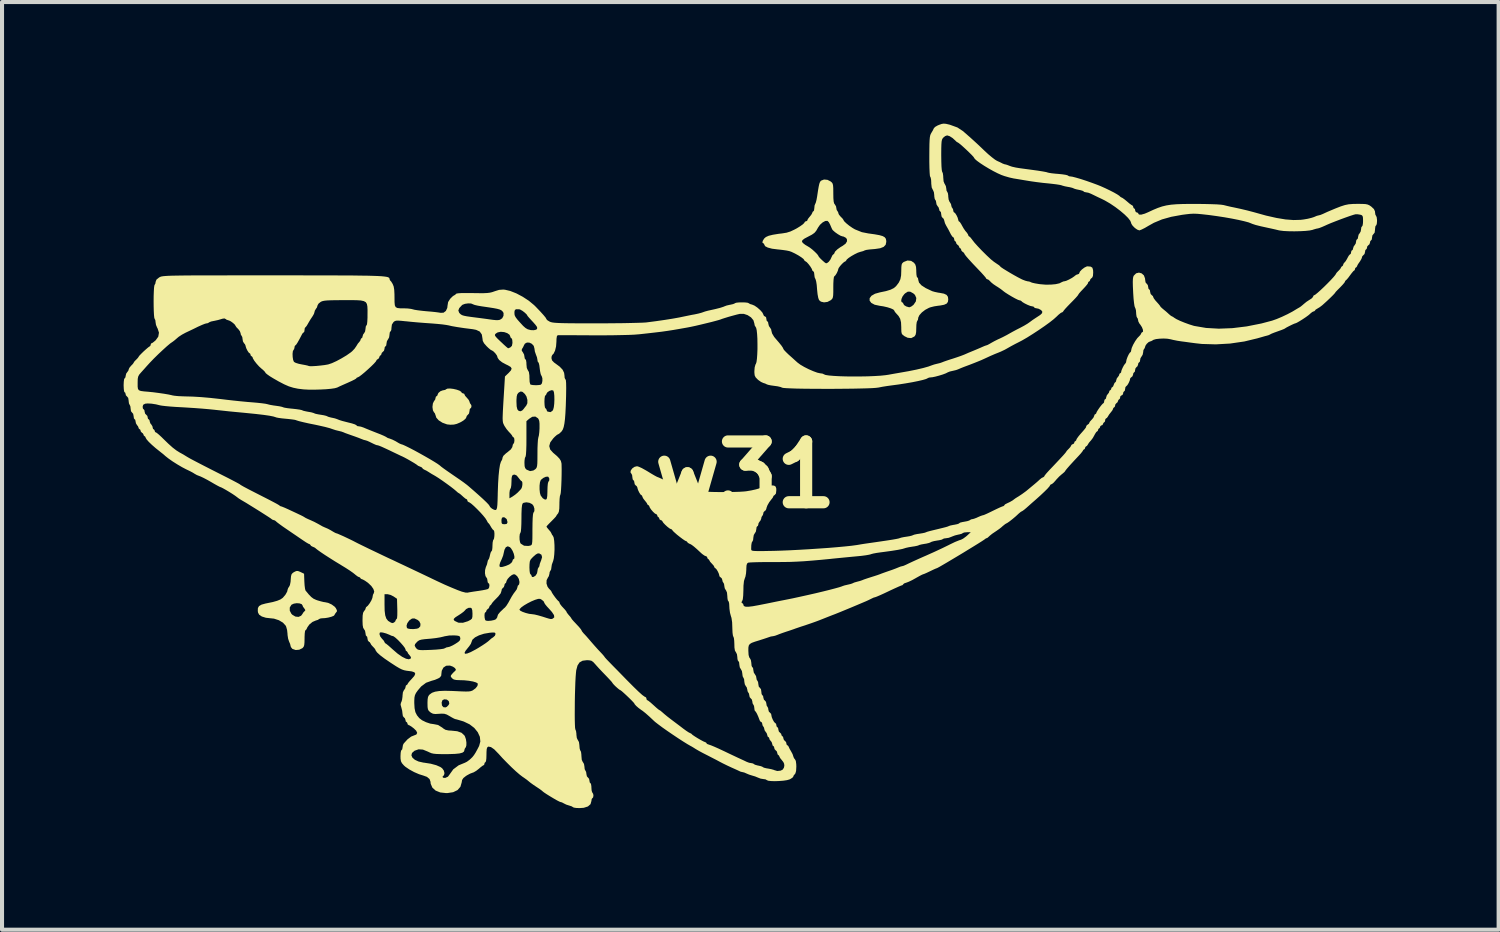
<source format=kicad_pcb>
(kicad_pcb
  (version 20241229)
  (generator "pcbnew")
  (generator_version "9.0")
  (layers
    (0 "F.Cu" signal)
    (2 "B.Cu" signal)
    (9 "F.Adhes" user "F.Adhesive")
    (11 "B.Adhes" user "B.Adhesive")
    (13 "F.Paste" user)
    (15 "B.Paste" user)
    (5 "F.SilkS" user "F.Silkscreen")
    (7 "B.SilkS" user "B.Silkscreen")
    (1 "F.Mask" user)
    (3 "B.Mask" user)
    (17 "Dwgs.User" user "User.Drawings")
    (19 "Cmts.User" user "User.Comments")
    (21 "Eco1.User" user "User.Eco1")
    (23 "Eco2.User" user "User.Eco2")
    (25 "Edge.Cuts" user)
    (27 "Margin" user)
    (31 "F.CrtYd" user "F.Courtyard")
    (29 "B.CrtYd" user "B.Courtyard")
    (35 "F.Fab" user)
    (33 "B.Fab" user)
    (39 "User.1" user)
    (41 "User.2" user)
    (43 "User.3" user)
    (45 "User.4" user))
  (footprint "w31"
    (layer "F.Cu")
    (at 15.339 8.663)
    (property "Reference" "w31" (at 0 0 0) (layer "F.SilkS") (effects (font (size 1.5 1.5) (thickness 0.3))))
    (attr board_only exclude_from_pos_files exclude_from_bom)
    (fp_poly (pts (xy -7.203 -2.118) (xy -7.121 -2.099) (xy -7.051 -2.074) (xy -7.01 -2.046) (xy -7.003 -2.031) (xy -6.983 -2.012) (xy -6.967 -2.01) (xy -6.934 -1.995) (xy -6.93 -1.982) (xy -6.913 -1.947) (xy -6.872 -1.901) (xy -6.868 -1.897) (xy -6.826 -1.847) (xy -6.806 -1.805) (xy -6.806 -1.803) (xy -6.792 -1.76) (xy -6.782 -1.751) (xy -6.761 -1.716) (xy -6.757 -1.688) (xy -6.768 -1.648) (xy -6.782 -1.64) (xy -6.799 -1.619) (xy -6.806 -1.569) (xy -6.818 -1.511) (xy -6.843 -1.483) (xy -6.875 -1.449) (xy -6.88 -1.425) (xy -6.902 -1.384) (xy -6.958 -1.336) (xy -7.035 -1.291) (xy -7.12 -1.255) (xy -7.191 -1.238) (xy -7.276 -1.234) (xy -7.354 -1.242) (xy -7.361 -1.243) (xy -7.474 -1.284) (xy -7.565 -1.342) (xy -7.625 -1.409) (xy -7.644 -1.47) (xy -7.662 -1.519) (xy -7.682 -1.541) (xy -7.708 -1.589) (xy -7.719 -1.668) (xy -7.719 -1.677) (xy -7.709 -1.758) (xy -7.685 -1.81) (xy -7.682 -1.813) (xy -7.65 -1.861) (xy -7.645 -1.89) (xy -7.634 -1.928) (xy -7.62 -1.936) (xy -7.597 -1.956) (xy -7.595 -1.969) (xy -7.574 -2.017) (xy -7.524 -2.06) (xy -7.464 -2.083) (xy -7.453 -2.084) (xy -7.404 -2.094) (xy -7.386 -2.108) (xy -7.35 -2.125) (xy -7.285 -2.128)) (stroke (width 0) (type solid)) (fill yes) (layer "F.SilkS"))
    (fp_poly (pts (xy 4.09 -5.277) (xy 4.161 -5.23) (xy 4.194 -5.185) (xy 4.211 -5.128) (xy 4.217 -5.043) (xy 4.217 -5.021) (xy 4.221 -4.941) (xy 4.23 -4.887) (xy 4.242 -4.87) (xy 4.26 -4.849) (xy 4.266 -4.808) (xy 4.285 -4.74) (xy 4.344 -4.674) (xy 4.446 -4.607) (xy 4.594 -4.537) (xy 4.611 -4.529) (xy 4.673 -4.511) (xy 4.758 -4.493) (xy 4.794 -4.488) (xy 4.9 -4.468) (xy 4.965 -4.437) (xy 4.998 -4.39) (xy 5.006 -4.326) (xy 4.997 -4.264) (xy 4.966 -4.222) (xy 4.904 -4.194) (xy 4.804 -4.175) (xy 4.757 -4.17) (xy 4.66 -4.155) (xy 4.568 -4.132) (xy 4.53 -4.118) (xy 4.438 -4.069) (xy 4.356 -4.006) (xy 4.296 -3.94) (xy 4.267 -3.881) (xy 4.266 -3.871) (xy 4.257 -3.819) (xy 4.242 -3.798) (xy 4.229 -3.767) (xy 4.22 -3.701) (xy 4.217 -3.617) (xy 4.214 -3.521) (xy 4.203 -3.461) (xy 4.182 -3.423) (xy 4.167 -3.409) (xy 4.092 -3.371) (xy 4.004 -3.38) (xy 3.927 -3.418) (xy 3.885 -3.448) (xy 3.861 -3.478) (xy 3.85 -3.524) (xy 3.847 -3.599) (xy 3.847 -3.64) (xy 3.841 -3.76) (xy 3.82 -3.848) (xy 3.778 -3.919) (xy 3.73 -3.972) (xy 3.691 -4.017) (xy 3.674 -4.05) (xy 3.674 -4.05) (xy 3.652 -4.076) (xy 3.592 -4.104) (xy 3.505 -4.132) (xy 3.404 -4.155) (xy 3.317 -4.168) (xy 3.19 -4.195) (xy 3.107 -4.24) (xy 3.074 -4.285) (xy 3.845 -4.285) (xy 3.861 -4.256) (xy 3.872 -4.254) (xy 3.894 -4.234) (xy 3.896 -4.221) (xy 3.918 -4.185) (xy 3.969 -4.153) (xy 4.032 -4.134) (xy 4.047 -4.132) (xy 4.09 -4.148) (xy 4.143 -4.187) (xy 4.152 -4.196) (xy 4.207 -4.277) (xy 4.218 -4.361) (xy 4.185 -4.437) (xy 4.145 -4.474) (xy 4.07 -4.516) (xy 4.008 -4.517) (xy 3.943 -4.476) (xy 3.919 -4.453) (xy 3.878 -4.398) (xy 3.852 -4.337) (xy 3.845 -4.285) (xy 3.074 -4.285) (xy 3.066 -4.296) (xy 3.067 -4.357) (xy 3.112 -4.416) (xy 3.199 -4.466) (xy 3.317 -4.499) (xy 3.47 -4.531) (xy 3.582 -4.565) (xy 3.661 -4.604) (xy 3.717 -4.651) (xy 3.722 -4.657) (xy 3.787 -4.743) (xy 3.825 -4.824) (xy 3.843 -4.918) (xy 3.847 -5.031) (xy 3.849 -5.125) (xy 3.856 -5.184) (xy 3.872 -5.219) (xy 3.901 -5.245) (xy 3.908 -5.25) (xy 4 -5.286)) (stroke (width 0) (type solid)) (fill yes) (layer "F.SilkS"))
    (fp_poly (pts (xy -10.984 2.395) (xy -10.974 2.4) (xy -10.887 2.442) (xy -10.88 2.635) (xy -10.874 2.73) (xy -10.864 2.808) (xy -10.853 2.853) (xy -10.85 2.857) (xy -10.772 2.952) (xy -10.71 3.016) (xy -10.654 3.058) (xy -10.591 3.087) (xy -10.548 3.102) (xy -10.467 3.125) (xy -10.401 3.141) (xy -10.374 3.144) (xy -10.292 3.161) (xy -10.204 3.202) (xy -10.13 3.257) (xy -10.103 3.291) (xy -10.077 3.343) (xy -10.078 3.375) (xy -10.098 3.399) (xy -10.128 3.439) (xy -10.135 3.459) (xy -10.157 3.481) (xy -10.214 3.504) (xy -10.29 3.524) (xy -10.371 3.537) (xy -10.414 3.539) (xy -10.476 3.544) (xy -10.513 3.558) (xy -10.516 3.56) (xy -10.547 3.581) (xy -10.597 3.596) (xy -10.679 3.631) (xy -10.755 3.693) (xy -10.806 3.764) (xy -10.812 3.779) (xy -10.834 3.822) (xy -10.852 3.835) (xy -10.863 3.857) (xy -10.871 3.918) (xy -10.875 4.004) (xy -10.875 4.034) (xy -10.877 4.136) (xy -10.883 4.202) (xy -10.897 4.243) (xy -10.922 4.273) (xy -10.931 4.28) (xy -11.007 4.317) (xy -11.094 4.324) (xy -11.171 4.298) (xy -11.177 4.294) (xy -11.212 4.251) (xy -11.22 4.223) (xy -11.231 4.176) (xy -11.257 4.115) (xy -11.28 4.047) (xy -11.294 3.958) (xy -11.296 3.921) (xy -11.306 3.83) (xy -11.329 3.748) (xy -11.34 3.724) (xy -11.408 3.649) (xy -11.509 3.589) (xy -11.629 3.55) (xy -11.726 3.54) (xy -11.83 3.528) (xy -11.923 3.499) (xy -11.936 3.493) (xy -11.996 3.451) (xy -12.023 3.4) (xy -12.029 3.36) (xy -12.026 3.29) (xy -12.018 3.275) (xy -11.24 3.275) (xy -11.24 3.353) (xy -11.201 3.429) (xy -11.177 3.454) (xy -11.101 3.499) (xy -11.024 3.507) (xy -10.961 3.479) (xy -10.933 3.443) (xy -10.9 3.391) (xy -10.872 3.364) (xy -10.855 3.341) (xy -10.875 3.307) (xy -10.882 3.298) (xy -10.915 3.253) (xy -10.924 3.225) (xy -10.946 3.193) (xy -10.999 3.174) (xy -11.069 3.169) (xy -11.14 3.18) (xy -11.196 3.206) (xy -11.2 3.21) (xy -11.24 3.275) (xy -12.018 3.275) (xy -11.998 3.24) (xy -11.936 3.204) (xy -11.834 3.176) (xy -11.808 3.171) (xy -11.658 3.14) (xy -11.549 3.109) (xy -11.471 3.077) (xy -11.417 3.04) (xy -11.41 3.034) (xy -11.346 2.958) (xy -11.304 2.883) (xy -11.294 2.838) (xy -11.278 2.792) (xy -11.259 2.767) (xy -11.236 2.721) (xy -11.22 2.642) (xy -11.216 2.587) (xy -11.209 2.504) (xy -11.195 2.454) (xy -11.166 2.422) (xy -11.134 2.401) (xy -11.082 2.376) (xy -11.04 2.374)) (stroke (width 0) (type solid)) (fill yes) (layer "F.SilkS"))
    (fp_poly (pts (xy 2.027 -7.276) (xy 2.105 -7.236) (xy 2.135 -7.21) (xy 2.154 -7.181) (xy 2.164 -7.138) (xy 2.169 -7.07) (xy 2.17 -6.965) (xy 2.17 -6.943) (xy 2.172 -6.822) (xy 2.179 -6.741) (xy 2.191 -6.693) (xy 2.207 -6.671) (xy 2.237 -6.623) (xy 2.244 -6.583) (xy 2.254 -6.532) (xy 2.269 -6.51) (xy 2.291 -6.475) (xy 2.293 -6.458) (xy 2.31 -6.417) (xy 2.351 -6.368) (xy 2.355 -6.364) (xy 2.397 -6.322) (xy 2.416 -6.294) (xy 2.417 -6.293) (xy 2.436 -6.257) (xy 2.488 -6.206) (xy 2.56 -6.147) (xy 2.644 -6.089) (xy 2.704 -6.054) (xy 2.875 -5.985) (xy 3.033 -5.954) (xy 3.192 -5.932) (xy 3.308 -5.911) (xy 3.388 -5.888) (xy 3.438 -5.86) (xy 3.466 -5.823) (xy 3.476 -5.774) (xy 3.477 -5.745) (xy 3.462 -5.674) (xy 3.412 -5.622) (xy 3.325 -5.588) (xy 3.195 -5.569) (xy 3.157 -5.566) (xy 3.064 -5.558) (xy 2.99 -5.548) (xy 2.949 -5.537) (xy 2.947 -5.536) (xy 2.907 -5.518) (xy 2.844 -5.501) (xy 2.836 -5.499) (xy 2.774 -5.478) (xy 2.696 -5.44) (xy 2.617 -5.395) (xy 2.548 -5.349) (xy 2.502 -5.31) (xy 2.491 -5.29) (xy 2.472 -5.266) (xy 2.466 -5.265) (xy 2.434 -5.247) (xy 2.387 -5.204) (xy 2.339 -5.151) (xy 2.304 -5.102) (xy 2.294 -5.078) (xy 2.282 -5.033) (xy 2.256 -4.975) (xy 2.224 -4.924) (xy 2.197 -4.896) (xy 2.193 -4.895) (xy 2.184 -4.872) (xy 2.176 -4.81) (xy 2.171 -4.717) (xy 2.17 -4.626) (xy 2.17 -4.507) (xy 2.167 -4.427) (xy 2.159 -4.376) (xy 2.145 -4.343) (xy 2.122 -4.319) (xy 2.105 -4.305) (xy 2.026 -4.264) (xy 1.94 -4.253) (xy 1.864 -4.271) (xy 1.819 -4.309) (xy 1.799 -4.363) (xy 1.782 -4.454) (xy 1.77 -4.568) (xy 1.769 -4.583) (xy 1.761 -4.684) (xy 1.748 -4.767) (xy 1.734 -4.819) (xy 1.729 -4.828) (xy 1.71 -4.871) (xy 1.702 -4.935) (xy 1.702 -4.937) (xy 1.695 -4.992) (xy 1.679 -5.018) (xy 1.677 -5.018) (xy 1.653 -5.037) (xy 1.652 -5.043) (xy 1.638 -5.082) (xy 1.603 -5.139) (xy 1.558 -5.198) (xy 1.515 -5.245) (xy 1.486 -5.264) (xy 1.457 -5.284) (xy 1.454 -5.296) (xy 1.434 -5.324) (xy 1.38 -5.366) (xy 1.305 -5.414) (xy 1.221 -5.46) (xy 1.139 -5.499) (xy 1.085 -5.518) (xy 1.018 -5.532) (xy 0.921 -5.546) (xy 0.815 -5.558) (xy 0.801 -5.559) (xy 0.659 -5.577) (xy 0.553 -5.605) (xy 0.488 -5.639) (xy 0.469 -5.676) (xy 0.454 -5.706) (xy 0.444 -5.709) (xy 0.421 -5.726) (xy 0.427 -5.758) (xy 1.396 -5.758) (xy 1.413 -5.725) (xy 1.423 -5.715) (xy 1.478 -5.672) (xy 1.541 -5.635) (xy 1.591 -5.604) (xy 1.654 -5.555) (xy 1.717 -5.498) (xy 1.769 -5.446) (xy 1.798 -5.408) (xy 1.8 -5.401) (xy 1.817 -5.373) (xy 1.858 -5.328) (xy 1.911 -5.278) (xy 1.96 -5.236) (xy 1.992 -5.216) (xy 1.995 -5.216) (xy 2.029 -5.231) (xy 2.06 -5.257) (xy 2.1 -5.312) (xy 2.126 -5.368) (xy 2.15 -5.418) (xy 2.173 -5.438) (xy 2.194 -5.457) (xy 2.195 -5.466) (xy 2.215 -5.507) (xy 2.27 -5.561) (xy 2.348 -5.617) (xy 2.4 -5.647) (xy 2.473 -5.701) (xy 2.509 -5.76) (xy 2.505 -5.816) (xy 2.477 -5.848) (xy 2.424 -5.876) (xy 2.393 -5.882) (xy 2.347 -5.898) (xy 2.282 -5.936) (xy 2.214 -5.984) (xy 2.161 -6.031) (xy 2.143 -6.054) (xy 2.121 -6.102) (xy 2.093 -6.168) (xy 2.092 -6.171) (xy 2.061 -6.229) (xy 2.028 -6.262) (xy 2.025 -6.264) (xy 1.972 -6.261) (xy 1.906 -6.225) (xy 1.841 -6.166) (xy 1.79 -6.093) (xy 1.789 -6.09) (xy 1.748 -6.018) (xy 1.704 -5.967) (xy 1.643 -5.924) (xy 1.554 -5.877) (xy 1.461 -5.828) (xy 1.411 -5.791) (xy 1.396 -5.758) (xy 0.427 -5.758) (xy 0.429 -5.769) (xy 0.464 -5.827) (xy 0.507 -5.865) (xy 0.576 -5.896) (xy 0.678 -5.921) (xy 0.819 -5.944) (xy 0.906 -5.954) (xy 1.017 -5.972) (xy 1.113 -6.002) (xy 1.216 -6.051) (xy 1.27 -6.08) (xy 1.354 -6.132) (xy 1.418 -6.178) (xy 1.452 -6.211) (xy 1.455 -6.219) (xy 1.475 -6.248) (xy 1.492 -6.251) (xy 1.525 -6.265) (xy 1.529 -6.277) (xy 1.544 -6.311) (xy 1.582 -6.36) (xy 1.591 -6.369) (xy 1.631 -6.421) (xy 1.652 -6.462) (xy 1.652 -6.467) (xy 1.668 -6.496) (xy 1.677 -6.498) (xy 1.694 -6.52) (xy 1.701 -6.572) (xy 1.702 -6.579) (xy 1.708 -6.642) (xy 1.724 -6.683) (xy 1.725 -6.684) (xy 1.74 -6.719) (xy 1.757 -6.788) (xy 1.773 -6.877) (xy 1.773 -6.88) (xy 1.794 -7.019) (xy 1.811 -7.116) (xy 1.826 -7.182) (xy 1.842 -7.223) (xy 1.86 -7.248) (xy 1.869 -7.256) (xy 1.941 -7.284)) (stroke (width 0) (type solid)) (fill yes) (layer "F.SilkS"))
    (fp_poly (pts (xy 4.951 -8.658) (xy 5.032 -8.639) (xy 5.053 -8.633) (xy 5.232 -8.568) (xy 5.374 -8.475) (xy 5.391 -8.459) (xy 5.423 -8.431) (xy 5.48 -8.381) (xy 5.55 -8.32) (xy 5.552 -8.318) (xy 5.625 -8.252) (xy 5.72 -8.165) (xy 5.823 -8.068) (xy 5.9 -7.994) (xy 5.993 -7.908) (xy 6.084 -7.832) (xy 6.16 -7.774) (xy 6.208 -7.745) (xy 6.279 -7.713) (xy 6.335 -7.685) (xy 6.343 -7.68) (xy 6.393 -7.661) (xy 6.414 -7.657) (xy 6.453 -7.647) (xy 6.513 -7.624) (xy 6.519 -7.621) (xy 6.581 -7.6) (xy 6.674 -7.579) (xy 6.779 -7.562) (xy 6.794 -7.56) (xy 7.025 -7.529) (xy 7.207 -7.504) (xy 7.34 -7.483) (xy 7.425 -7.467) (xy 7.46 -7.456) (xy 7.494 -7.448) (xy 7.565 -7.437) (xy 7.66 -7.427) (xy 7.713 -7.423) (xy 7.814 -7.413) (xy 7.895 -7.401) (xy 7.945 -7.389) (xy 7.955 -7.383) (xy 7.988 -7.364) (xy 8.013 -7.361) (xy 8.07 -7.353) (xy 8.163 -7.329) (xy 8.282 -7.294) (xy 8.416 -7.25) (xy 8.555 -7.201) (xy 8.69 -7.151) (xy 8.767 -7.12) (xy 8.879 -7.07) (xy 8.991 -7.016) (xy 9.093 -6.964) (xy 9.175 -6.917) (xy 9.229 -6.881) (xy 9.243 -6.865) (xy 9.272 -6.844) (xy 9.277 -6.843) (xy 9.307 -6.828) (xy 9.361 -6.789) (xy 9.414 -6.745) (xy 9.476 -6.692) (xy 9.526 -6.656) (xy 9.547 -6.646) (xy 9.566 -6.626) (xy 9.568 -6.609) (xy 9.581 -6.576) (xy 9.593 -6.572) (xy 9.613 -6.551) (xy 9.617 -6.523) (xy 9.633 -6.482) (xy 9.654 -6.473) (xy 9.687 -6.461) (xy 9.691 -6.451) (xy 9.711 -6.42) (xy 9.766 -6.417) (xy 9.853 -6.441) (xy 9.935 -6.476) (xy 10.064 -6.536) (xy 10.177 -6.583) (xy 10.282 -6.619) (xy 10.388 -6.645) (xy 10.504 -6.663) (xy 10.638 -6.674) (xy 10.799 -6.68) (xy 10.997 -6.682) (xy 11.125 -6.682) (xy 11.319 -6.68) (xy 11.489 -6.676) (xy 11.63 -6.671) (xy 11.735 -6.663) (xy 11.798 -6.654) (xy 11.803 -6.653) (xy 11.882 -6.633) (xy 11.982 -6.61) (xy 12.047 -6.597) (xy 12.213 -6.561) (xy 12.382 -6.521) (xy 12.53 -6.482) (xy 12.552 -6.476) (xy 12.847 -6.394) (xy 13.104 -6.336) (xy 13.328 -6.299) (xy 13.525 -6.284) (xy 13.701 -6.289) (xy 13.774 -6.298) (xy 13.877 -6.316) (xy 13.97 -6.339) (xy 14.035 -6.36) (xy 14.04 -6.363) (xy 14.1 -6.388) (xy 14.144 -6.399) (xy 14.144 -6.399) (xy 14.188 -6.41) (xy 14.245 -6.433) (xy 14.36 -6.486) (xy 14.514 -6.551) (xy 14.562 -6.571) (xy 14.69 -6.621) (xy 14.793 -6.654) (xy 14.887 -6.673) (xy 14.991 -6.681) (xy 15.106 -6.683) (xy 15.221 -6.682) (xy 15.299 -6.678) (xy 15.353 -6.667) (xy 15.396 -6.648) (xy 15.44 -6.618) (xy 15.445 -6.614) (xy 15.508 -6.555) (xy 15.534 -6.498) (xy 15.536 -6.474) (xy 15.544 -6.417) (xy 15.561 -6.387) (xy 15.576 -6.355) (xy 15.584 -6.293) (xy 15.585 -6.262) (xy 15.58 -6.197) (xy 15.568 -6.157) (xy 15.561 -6.153) (xy 15.545 -6.131) (xy 15.537 -6.076) (xy 15.536 -6.053) (xy 15.526 -5.974) (xy 15.499 -5.94) (xy 15.471 -5.906) (xy 15.462 -5.854) (xy 15.455 -5.803) (xy 15.437 -5.783) (xy 15.417 -5.762) (xy 15.413 -5.733) (xy 15.397 -5.685) (xy 15.376 -5.668) (xy 15.344 -5.635) (xy 15.339 -5.608) (xy 15.328 -5.569) (xy 15.314 -5.561) (xy 15.296 -5.54) (xy 15.289 -5.498) (xy 15.276 -5.446) (xy 15.252 -5.422) (xy 15.22 -5.389) (xy 15.215 -5.369) (xy 15.201 -5.327) (xy 15.166 -5.267) (xy 15.154 -5.25) (xy 15.115 -5.194) (xy 15.093 -5.151) (xy 15.092 -5.143) (xy 15.074 -5.118) (xy 15.067 -5.117) (xy 15.046 -5.097) (xy 15.043 -5.08) (xy 15.033 -5.047) (xy 15.024 -5.042) (xy 15.001 -5.024) (xy 14.96 -4.975) (xy 14.919 -4.92) (xy 14.871 -4.855) (xy 14.832 -4.811) (xy 14.815 -4.797) (xy 14.797 -4.777) (xy 14.796 -4.769) (xy 14.78 -4.739) (xy 14.736 -4.687) (xy 14.675 -4.623) (xy 14.673 -4.621) (xy 14.612 -4.56) (xy 14.567 -4.513) (xy 14.55 -4.489) (xy 14.55 -4.489) (xy 14.533 -4.467) (xy 14.488 -4.42) (xy 14.424 -4.357) (xy 14.35 -4.287) (xy 14.275 -4.219) (xy 14.235 -4.183) (xy 14.172 -4.135) (xy 14.114 -4.1) (xy 14.112 -4.099) (xy 14.069 -4.072) (xy 14.056 -4.053) (xy 14.037 -4.034) (xy 14.024 -4.032) (xy 13.986 -4.015) (xy 13.937 -3.975) (xy 13.934 -3.971) (xy 13.892 -3.935) (xy 13.826 -3.887) (xy 13.748 -3.835) (xy 13.671 -3.787) (xy 13.608 -3.751) (xy 13.572 -3.736) (xy 13.57 -3.736) (xy 13.54 -3.726) (xy 13.483 -3.7) (xy 13.416 -3.667) (xy 13.356 -3.636) (xy 13.32 -3.614) (xy 13.317 -3.611) (xy 13.289 -3.596) (xy 13.227 -3.571) (xy 13.143 -3.541) (xy 13.132 -3.537) (xy 13.046 -3.506) (xy 12.981 -3.48) (xy 12.948 -3.463) (xy 12.947 -3.462) (xy 12.915 -3.446) (xy 12.873 -3.433) (xy 12.818 -3.419) (xy 12.735 -3.395) (xy 12.64 -3.368) (xy 12.638 -3.367) (xy 12.31 -3.288) (xy 11.96 -3.237) (xy 11.606 -3.217) (xy 11.263 -3.227) (xy 11.109 -3.244) (xy 10.986 -3.26) (xy 10.85 -3.279) (xy 10.764 -3.29) (xy 10.659 -3.306) (xy 10.559 -3.326) (xy 10.493 -3.342) (xy 10.416 -3.356) (xy 10.32 -3.361) (xy 10.22 -3.357) (xy 10.132 -3.347) (xy 10.069 -3.329) (xy 10.054 -3.319) (xy 10.01 -3.295) (xy 9.995 -3.292) (xy 9.95 -3.273) (xy 9.902 -3.229) (xy 9.869 -3.179) (xy 9.864 -3.158) (xy 9.849 -3.116) (xy 9.839 -3.107) (xy 9.821 -3.074) (xy 9.815 -3.022) (xy 9.802 -2.96) (xy 9.778 -2.922) (xy 9.748 -2.874) (xy 9.741 -2.833) (xy 9.732 -2.788) (xy 9.716 -2.774) (xy 9.696 -2.754) (xy 9.691 -2.724) (xy 9.675 -2.677) (xy 9.654 -2.66) (xy 9.626 -2.627) (xy 9.617 -2.587) (xy 9.609 -2.542) (xy 9.593 -2.528) (xy 9.573 -2.507) (xy 9.568 -2.478) (xy 9.552 -2.43) (xy 9.531 -2.413) (xy 9.498 -2.384) (xy 9.494 -2.369) (xy 9.483 -2.323) (xy 9.457 -2.264) (xy 9.426 -2.212) (xy 9.398 -2.184) (xy 9.394 -2.182) (xy 9.377 -2.161) (xy 9.371 -2.121) (xy 9.362 -2.074) (xy 9.346 -2.059) (xy 9.326 -2.038) (xy 9.322 -2.01) (xy 9.306 -1.97) (xy 9.285 -1.96) (xy 9.254 -1.94) (xy 9.248 -1.911) (xy 9.237 -1.871) (xy 9.223 -1.862) (xy 9.201 -1.842) (xy 9.198 -1.824) (xy 9.178 -1.783) (xy 9.161 -1.772) (xy 9.13 -1.738) (xy 9.124 -1.711) (xy 9.113 -1.673) (xy 9.1 -1.665) (xy 9.077 -1.645) (xy 9.075 -1.633) (xy 9.059 -1.595) (xy 9.022 -1.545) (xy 9.018 -1.541) (xy 8.974 -1.485) (xy 8.945 -1.437) (xy 8.945 -1.436) (xy 8.919 -1.4) (xy 8.903 -1.393) (xy 8.882 -1.373) (xy 8.878 -1.344) (xy 8.867 -1.304) (xy 8.853 -1.295) (xy 8.831 -1.275) (xy 8.828 -1.258) (xy 8.809 -1.225) (xy 8.791 -1.221) (xy 8.759 -1.201) (xy 8.754 -1.184) (xy 8.741 -1.151) (xy 8.73 -1.147) (xy 8.708 -1.127) (xy 8.705 -1.11) (xy 8.692 -1.077) (xy 8.682 -1.073) (xy 8.657 -1.052) (xy 8.625 -1.002) (xy 8.614 -0.98) (xy 8.573 -0.907) (xy 8.527 -0.846) (xy 8.519 -0.838) (xy 8.475 -0.787) (xy 8.451 -0.746) (xy 8.426 -0.71) (xy 8.41 -0.703) (xy 8.387 -0.683) (xy 8.384 -0.666) (xy 8.371 -0.633) (xy 8.36 -0.629) (xy 8.336 -0.612) (xy 8.335 -0.607) (xy 8.319 -0.579) (xy 8.278 -0.527) (xy 8.23 -0.474) (xy 8.104 -0.339) (xy 8.005 -0.231) (xy 7.935 -0.151) (xy 7.897 -0.103) (xy 7.891 -0.091) (xy 7.872 -0.067) (xy 7.827 -0.028) (xy 7.81 -0.015) (xy 7.744 0.043) (xy 7.675 0.116) (xy 7.657 0.138) (xy 7.608 0.193) (xy 7.566 0.228) (xy 7.552 0.233) (xy 7.523 0.248) (xy 7.521 0.256) (xy 7.503 0.287) (xy 7.453 0.344) (xy 7.374 0.422) (xy 7.274 0.516) (xy 7.161 0.617) (xy 7.077 0.69) (xy 6.994 0.764) (xy 6.932 0.819) (xy 6.876 0.866) (xy 6.835 0.895) (xy 6.824 0.9) (xy 6.795 0.916) (xy 6.748 0.955) (xy 6.734 0.968) (xy 6.668 1.029) (xy 6.593 1.092) (xy 6.523 1.147) (xy 6.469 1.185) (xy 6.452 1.194) (xy 6.411 1.217) (xy 6.35 1.266) (xy 6.312 1.3) (xy 6.263 1.338) (xy 6.193 1.387) (xy 6.16 1.409) (xy 6.089 1.457) (xy 6.031 1.504) (xy 6.014 1.52) (xy 5.974 1.556) (xy 5.948 1.566) (xy 5.917 1.582) (xy 5.914 1.586) (xy 5.892 1.603) (xy 5.834 1.641) (xy 5.747 1.696) (xy 5.637 1.764) (xy 5.511 1.841) (xy 5.376 1.924) (xy 5.238 2.007) (xy 5.104 2.087) (xy 4.98 2.161) (xy 4.874 2.223) (xy 4.791 2.271) (xy 4.739 2.299) (xy 4.723 2.306) (xy 4.695 2.316) (xy 4.635 2.343) (xy 4.558 2.38) (xy 4.48 2.417) (xy 4.419 2.444) (xy 4.39 2.454) (xy 4.361 2.465) (xy 4.301 2.496) (xy 4.222 2.54) (xy 4.203 2.551) (xy 4.113 2.601) (xy 4.031 2.64) (xy 3.971 2.663) (xy 3.966 2.664) (xy 3.916 2.682) (xy 3.896 2.702) (xy 3.877 2.724) (xy 3.871 2.725) (xy 3.841 2.735) (xy 3.775 2.763) (xy 3.682 2.805) (xy 3.572 2.856) (xy 3.537 2.873) (xy 3.423 2.927) (xy 3.324 2.972) (xy 3.249 3.004) (xy 3.207 3.02) (xy 3.202 3.021) (xy 3.163 3.032) (xy 3.111 3.057) (xy 3.042 3.091) (xy 2.963 3.127) (xy 2.959 3.128) (xy 2.901 3.153) (xy 2.811 3.191) (xy 2.702 3.237) (xy 2.614 3.274) (xy 2.481 3.329) (xy 2.338 3.388) (xy 2.206 3.441) (xy 2.145 3.464) (xy 2.033 3.508) (xy 1.922 3.552) (xy 1.831 3.588) (xy 1.813 3.595) (xy 1.73 3.626) (xy 1.62 3.665) (xy 1.505 3.704) (xy 1.48 3.713) (xy 1.377 3.746) (xy 1.286 3.777) (xy 1.222 3.799) (xy 1.208 3.805) (xy 1.15 3.825) (xy 1.067 3.853) (xy 1.011 3.871) (xy 0.92 3.902) (xy 0.835 3.933) (xy 0.798 3.948) (xy 0.733 3.972) (xy 0.684 3.983) (xy 0.682 3.983) (xy 0.629 3.991) (xy 0.587 4.005) (xy 0.535 4.023) (xy 0.454 4.05) (xy 0.36 4.08) (xy 0.358 4.081) (xy 0.238 4.118) (xy 0.158 4.147) (xy 0.11 4.177) (xy 0.085 4.213) (xy 0.075 4.263) (xy 0.074 4.334) (xy 0.074 4.341) (xy 0.08 4.446) (xy 0.098 4.509) (xy 0.111 4.525) (xy 0.136 4.571) (xy 0.148 4.643) (xy 0.148 4.651) (xy 0.154 4.712) (xy 0.168 4.745) (xy 0.173 4.747) (xy 0.19 4.768) (xy 0.197 4.818) (xy 0.209 4.881) (xy 0.234 4.92) (xy 0.264 4.968) (xy 0.271 5.008) (xy 0.281 5.059) (xy 0.296 5.08) (xy 0.314 5.113) (xy 0.321 5.169) (xy 0.332 5.228) (xy 0.358 5.256) (xy 0.386 5.291) (xy 0.395 5.354) (xy 0.401 5.41) (xy 0.417 5.437) (xy 0.419 5.438) (xy 0.438 5.459) (xy 0.444 5.497) (xy 0.458 5.548) (xy 0.481 5.57) (xy 0.509 5.603) (xy 0.518 5.645) (xy 0.527 5.697) (xy 0.543 5.721) (xy 0.562 5.755) (xy 0.567 5.794) (xy 0.581 5.845) (xy 0.604 5.866) (xy 0.635 5.899) (xy 0.641 5.926) (xy 0.651 5.979) (xy 0.677 6.042) (xy 0.708 6.097) (xy 0.736 6.127) (xy 0.742 6.128) (xy 0.76 6.149) (xy 0.764 6.177) (xy 0.775 6.217) (xy 0.789 6.227) (xy 0.808 6.248) (xy 0.814 6.286) (xy 0.828 6.337) (xy 0.851 6.359) (xy 0.884 6.392) (xy 0.888 6.411) (xy 0.901 6.444) (xy 0.912 6.449) (xy 0.932 6.469) (xy 0.937 6.499) (xy 0.953 6.546) (xy 0.974 6.563) (xy 1.005 6.597) (xy 1.011 6.624) (xy 1.021 6.663) (xy 1.033 6.671) (xy 1.058 6.691) (xy 1.07 6.714) (xy 1.093 6.764) (xy 1.13 6.827) (xy 1.132 6.831) (xy 1.165 6.892) (xy 1.182 6.942) (xy 1.182 6.945) (xy 1.201 6.994) (xy 1.221 7.016) (xy 1.245 7.059) (xy 1.256 7.142) (xy 1.258 7.201) (xy 1.252 7.306) (xy 1.235 7.368) (xy 1.221 7.386) (xy 1.189 7.425) (xy 1.184 7.446) (xy 1.163 7.473) (xy 1.112 7.506) (xy 1.089 7.517) (xy 1.026 7.535) (xy 0.937 7.548) (xy 0.833 7.556) (xy 0.728 7.56) (xy 0.634 7.557) (xy 0.564 7.549) (xy 0.53 7.534) (xy 0.53 7.534) (xy 0.497 7.515) (xy 0.449 7.509) (xy 0.376 7.497) (xy 0.316 7.474) (xy 0.241 7.443) (xy 0.173 7.423) (xy 0.093 7.398) (xy 0.029 7.371) (xy -0.028 7.346) (xy -0.068 7.337) (xy -0.116 7.326) (xy -0.142 7.314) (xy -0.186 7.293) (xy -0.259 7.26) (xy -0.344 7.222) (xy -0.449 7.173) (xy -0.557 7.12) (xy -0.628 7.083) (xy -0.71 7.039) (xy -0.817 6.984) (xy -0.927 6.927) (xy -0.949 6.916) (xy -1.049 6.865) (xy -1.14 6.816) (xy -1.207 6.777) (xy -1.221 6.769) (xy -1.286 6.728) (xy -1.342 6.695) (xy -1.344 6.695) (xy -1.426 6.648) (xy -1.534 6.581) (xy -1.659 6.5) (xy -1.792 6.411) (xy -1.924 6.321) (xy -2.046 6.235) (xy -2.148 6.159) (xy -2.223 6.101) (xy -2.248 6.079) (xy -2.368 5.966) (xy -2.461 5.884) (xy -2.534 5.826) (xy -2.572 5.8) (xy -2.635 5.754) (xy -2.692 5.704) (xy -2.729 5.663) (xy -2.737 5.646) (xy -2.754 5.623) (xy -2.798 5.576) (xy -2.859 5.515) (xy -2.928 5.449) (xy -2.994 5.388) (xy -3.048 5.34) (xy -3.081 5.316) (xy -3.085 5.314) (xy -3.112 5.299) (xy -3.159 5.26) (xy -3.212 5.212) (xy -3.256 5.166) (xy -3.279 5.137) (xy -3.28 5.134) (xy -3.296 5.111) (xy -3.34 5.062) (xy -3.403 4.995) (xy -3.446 4.95) (xy -3.531 4.862) (xy -3.614 4.774) (xy -3.681 4.7) (xy -3.699 4.679) (xy -3.754 4.619) (xy -3.8 4.588) (xy -3.858 4.577) (xy -3.911 4.575) (xy -4.015 4.588) (xy -4.091 4.63) (xy -4.141 4.707) (xy -4.172 4.823) (xy -4.179 4.886) (xy -4.187 4.987) (xy -4.194 5.116) (xy -4.199 5.265) (xy -4.204 5.427) (xy -4.207 5.595) (xy -4.208 5.759) (xy -4.209 5.914) (xy -4.208 6.052) (xy -4.205 6.164) (xy -4.201 6.243) (xy -4.194 6.283) (xy -4.193 6.285) (xy -4.177 6.324) (xy -4.168 6.391) (xy -4.168 6.414) (xy -4.158 6.493) (xy -4.134 6.544) (xy -4.131 6.547) (xy -4.105 6.595) (xy -4.094 6.675) (xy -4.094 6.684) (xy -4.088 6.753) (xy -4.075 6.799) (xy -4.069 6.806) (xy -4.054 6.838) (xy -4.046 6.901) (xy -4.044 6.94) (xy -4.036 7.032) (xy -4.011 7.087) (xy -4.007 7.09) (xy -3.981 7.135) (xy -3.97 7.2) (xy -3.97 7.202) (xy -3.964 7.263) (xy -3.947 7.298) (xy -3.946 7.299) (xy -3.928 7.333) (xy -3.921 7.385) (xy -3.909 7.441) (xy -3.884 7.469) (xy -3.856 7.501) (xy -3.847 7.545) (xy -3.839 7.592) (xy -3.822 7.608) (xy -3.808 7.63) (xy -3.799 7.685) (xy -3.798 7.717) (xy -3.793 7.787) (xy -3.78 7.834) (xy -3.773 7.842) (xy -3.754 7.876) (xy -3.748 7.917) (xy -3.757 7.963) (xy -3.773 7.978) (xy -3.79 7.999) (xy -3.798 8.05) (xy -3.82 8.128) (xy -3.884 8.184) (xy -3.987 8.217) (xy -4.09 8.224) (xy -4.171 8.221) (xy -4.231 8.212) (xy -4.253 8.201) (xy -4.285 8.181) (xy -4.343 8.162) (xy -4.347 8.161) (xy -4.419 8.138) (xy -4.475 8.11) (xy -4.526 8.083) (xy -4.556 8.076) (xy -4.588 8.064) (xy -4.65 8.032) (xy -4.73 7.986) (xy -4.817 7.934) (xy -4.899 7.883) (xy -4.964 7.84) (xy -5.002 7.811) (xy -5.006 7.806) (xy -5.032 7.785) (xy -5.087 7.745) (xy -5.154 7.701) (xy -5.233 7.648) (xy -5.302 7.598) (xy -5.339 7.568) (xy -5.389 7.527) (xy -5.46 7.476) (xy -5.499 7.45) (xy -5.567 7.398) (xy -5.66 7.318) (xy -5.767 7.218) (xy -5.881 7.105) (xy -5.994 6.989) (xy -6.095 6.877) (xy -6.097 6.876) (xy -6.195 6.775) (xy -6.276 6.719) (xy -6.338 6.707) (xy -6.347 6.71) (xy -6.368 6.728) (xy -6.381 6.768) (xy -6.386 6.842) (xy -6.387 6.907) (xy -6.39 7) (xy -6.398 7.064) (xy -6.411 7.09) (xy -6.412 7.09) (xy -6.434 7.11) (xy -6.436 7.127) (xy -6.446 7.16) (xy -6.455 7.164) (xy -6.482 7.179) (xy -6.533 7.218) (xy -6.572 7.252) (xy -6.64 7.305) (xy -6.705 7.343) (xy -6.732 7.352) (xy -6.79 7.374) (xy -6.863 7.413) (xy -6.893 7.432) (xy -6.956 7.482) (xy -6.988 7.531) (xy -6.999 7.593) (xy -7.03 7.699) (xy -7.101 7.78) (xy -7.209 7.832) (xy -7.352 7.854) (xy -7.384 7.854) (xy -7.528 7.838) (xy -7.642 7.792) (xy -7.722 7.719) (xy -7.763 7.623) (xy -7.768 7.573) (xy -7.791 7.508) (xy -7.855 7.454) (xy -7.943 7.422) (xy -8.051 7.388) (xy -8.173 7.335) (xy -8.29 7.271) (xy -8.387 7.205) (xy -8.424 7.172) (xy -8.472 7.117) (xy -8.497 7.068) (xy -8.507 7.003) (xy -8.508 6.94) (xy -8.507 6.922) (xy -8.239 6.922) (xy -8.214 6.98) (xy -8.153 7.033) (xy -8.062 7.075) (xy -7.943 7.102) (xy -7.924 7.104) (xy -7.763 7.129) (xy -7.626 7.166) (xy -7.523 7.211) (xy -7.48 7.242) (xy -7.439 7.299) (xy -7.423 7.361) (xy -7.435 7.411) (xy -7.447 7.423) (xy -7.473 7.453) (xy -7.456 7.475) (xy -7.406 7.48) (xy -7.405 7.48) (xy -7.337 7.449) (xy -7.3 7.399) (xy -7.206 7.268) (xy -7.074 7.169) (xy -6.916 7.104) (xy -6.867 7.079) (xy -6.804 7.032) (xy -6.778 7.009) (xy -6.733 6.965) (xy -6.695 6.917) (xy -6.655 6.855) (xy -6.607 6.767) (xy -6.568 6.691) (xy -6.538 6.581) (xy -6.55 6.465) (xy -6.602 6.352) (xy -6.688 6.246) (xy -6.804 6.157) (xy -6.946 6.089) (xy -6.973 6.08) (xy -7.057 6.055) (xy -7.123 6.036) (xy -7.155 6.029) (xy -7.155 6.029) (xy -7.186 6.017) (xy -7.244 5.986) (xy -7.293 5.957) (xy -7.366 5.916) (xy -7.427 5.897) (xy -7.499 5.894) (xy -7.558 5.898) (xy -7.648 5.903) (xy -7.706 5.896) (xy -7.753 5.873) (xy -7.774 5.858) (xy -7.811 5.824) (xy -7.831 5.787) (xy -7.84 5.731) (xy -7.842 5.641) (xy -7.842 5.637) (xy -7.842 5.621) (xy -7.493 5.621) (xy -7.485 5.693) (xy -7.449 5.735) (xy -7.395 5.74) (xy -7.363 5.724) (xy -7.32 5.679) (xy -7.304 5.642) (xy -7.317 5.585) (xy -7.364 5.547) (xy -7.428 5.54) (xy -7.473 5.562) (xy -7.492 5.616) (xy -7.493 5.621) (xy -7.842 5.621) (xy -7.839 5.543) (xy -7.829 5.482) (xy -7.807 5.441) (xy -7.786 5.419) (xy -7.73 5.379) (xy -7.654 5.352) (xy -7.552 5.336) (xy -7.417 5.33) (xy -7.243 5.334) (xy -7.151 5.338) (xy -7.007 5.345) (xy -6.903 5.348) (xy -6.83 5.347) (xy -6.779 5.34) (xy -6.741 5.327) (xy -6.723 5.318) (xy -6.653 5.266) (xy -6.61 5.21) (xy -6.6 5.16) (xy -6.605 5.148) (xy -6.643 5.124) (xy -6.719 5.101) (xy -6.821 5.083) (xy -6.937 5.071) (xy -7.04 5.068) (xy -7.134 5.064) (xy -7.193 5.051) (xy -7.232 5.024) (xy -7.238 5.018) (xy -7.267 4.981) (xy -7.264 4.951) (xy -7.235 4.914) (xy -7.19 4.866) (xy -7.156 4.837) (xy -7.141 4.808) (xy -7.164 4.77) (xy -7.214 4.735) (xy -7.282 4.71) (xy -7.292 4.708) (xy -7.381 4.712) (xy -7.449 4.757) (xy -7.49 4.835) (xy -7.497 4.894) (xy -7.504 4.959) (xy -7.537 5.001) (xy -7.577 5.025) (xy -7.659 5.06) (xy -7.743 5.084) (xy -7.877 5.132) (xy -7.997 5.222) (xy -8.079 5.318) (xy -8.125 5.383) (xy -8.151 5.437) (xy -8.164 5.496) (xy -8.168 5.578) (xy -8.168 5.63) (xy -8.161 5.759) (xy -8.141 5.856) (xy -8.101 5.935) (xy -8.045 6.004) (xy -7.976 6.057) (xy -7.878 6.105) (xy -7.774 6.14) (xy -7.686 6.153) (xy -7.58 6.174) (xy -7.475 6.24) (xy -7.453 6.259) (xy -7.4 6.292) (xy -7.324 6.309) (xy -7.254 6.313) (xy -7.108 6.328) (xy -7.002 6.366) (xy -6.933 6.43) (xy -6.918 6.455) (xy -6.894 6.525) (xy -6.882 6.605) (xy -6.883 6.677) (xy -6.897 6.725) (xy -6.905 6.732) (xy -6.926 6.767) (xy -6.93 6.791) (xy -6.942 6.829) (xy -6.981 6.857) (xy -7.053 6.876) (xy -7.163 6.887) (xy -7.315 6.892) (xy -7.386 6.893) (xy -7.522 6.892) (xy -7.62 6.889) (xy -7.691 6.882) (xy -7.745 6.87) (xy -7.793 6.85) (xy -7.832 6.831) (xy -7.955 6.781) (xy -8.061 6.774) (xy -8.159 6.808) (xy -8.165 6.812) (xy -8.224 6.864) (xy -8.239 6.922) (xy -8.507 6.922) (xy -8.504 6.862) (xy -8.494 6.809) (xy -8.483 6.794) (xy -8.465 6.773) (xy -8.458 6.731) (xy -8.447 6.667) (xy -8.428 6.63) (xy -8.335 6.528) (xy -8.245 6.46) (xy -8.185 6.436) (xy -8.117 6.409) (xy -8.096 6.369) (xy -8.121 6.315) (xy -8.177 6.26) (xy -8.238 6.213) (xy -8.287 6.183) (xy -8.304 6.178) (xy -8.332 6.158) (xy -8.335 6.14) (xy -8.348 6.108) (xy -8.36 6.103) (xy -8.38 6.083) (xy -8.384 6.053) (xy -8.401 6.006) (xy -8.421 5.989) (xy -8.449 5.955) (xy -8.458 5.899) (xy -8.467 5.821) (xy -8.488 5.74) (xy -8.506 5.673) (xy -8.497 5.624) (xy -8.488 5.61) (xy -8.47 5.555) (xy -8.459 5.478) (xy -8.458 5.453) (xy -8.449 5.369) (xy -8.425 5.317) (xy -8.421 5.314) (xy -8.39 5.266) (xy -8.384 5.237) (xy -8.374 5.199) (xy -8.36 5.191) (xy -8.336 5.172) (xy -8.335 5.166) (xy -8.319 5.137) (xy -8.277 5.086) (xy -8.235 5.041) (xy -8.168 4.965) (xy -8.144 4.911) (xy -8.164 4.874) (xy -8.229 4.852) (xy -8.286 4.844) (xy -8.359 4.835) (xy -8.418 4.823) (xy -8.473 4.804) (xy -8.536 4.773) (xy -8.617 4.725) (xy -8.725 4.655) (xy -8.754 4.636) (xy -8.898 4.538) (xy -9.009 4.454) (xy -9.085 4.385) (xy -9.121 4.336) (xy -9.124 4.323) (xy -9.141 4.293) (xy -9.181 4.248) (xy -9.186 4.244) (xy -9.228 4.198) (xy -9.247 4.163) (xy -9.248 4.161) (xy -9.267 4.131) (xy -9.285 4.122) (xy -9.313 4.089) (xy -9.322 4.045) (xy -9.33 3.998) (xy -9.346 3.983) (xy -9.364 3.961) (xy -9.368 3.934) (xy -9.026 3.934) (xy -9.008 3.989) (xy -8.966 4.044) (xy -8.964 4.046) (xy -8.922 4.092) (xy -8.903 4.127) (xy -8.902 4.129) (xy -8.889 4.155) (xy -8.884 4.156) (xy -8.859 4.172) (xy -8.807 4.214) (xy -8.738 4.275) (xy -8.705 4.305) (xy -8.58 4.413) (xy -8.467 4.492) (xy -8.372 4.539) (xy -8.3 4.553) (xy -8.253 4.531) (xy -8.249 4.526) (xy -8.254 4.494) (xy -8.285 4.452) (xy -8.322 4.408) (xy -8.327 4.396) (xy -6.928 4.396) (xy -6.914 4.417) (xy -6.862 4.41) (xy -6.775 4.375) (xy -6.654 4.311) (xy -6.584 4.27) (xy -6.488 4.21) (xy -6.404 4.154) (xy -6.344 4.109) (xy -6.325 4.092) (xy -6.268 4.041) (xy -6.221 4.01) (xy -6.178 3.97) (xy -6.165 3.932) (xy -6.169 3.905) (xy -6.191 3.893) (xy -6.24 3.892) (xy -6.307 3.898) (xy -6.448 3.922) (xy -6.571 3.962) (xy -6.669 4.012) (xy -6.734 4.07) (xy -6.757 4.13) (xy -6.772 4.171) (xy -6.812 4.23) (xy -6.843 4.268) (xy -6.905 4.346) (xy -6.928 4.396) (xy -8.327 4.396) (xy -8.335 4.377) (xy -8.354 4.353) (xy -8.36 4.353) (xy -8.381 4.332) (xy -8.384 4.308) (xy -8.401 4.272) (xy -8.442 4.217) (xy -8.158 4.217) (xy -8.135 4.261) (xy -8.119 4.281) (xy -8.099 4.302) (xy -8.073 4.316) (xy -8.033 4.324) (xy -7.969 4.327) (xy -7.874 4.325) (xy -7.76 4.321) (xy -7.63 4.314) (xy -7.523 4.304) (xy -7.449 4.293) (xy -7.416 4.281) (xy -7.369 4.258) (xy -7.339 4.254) (xy -7.292 4.242) (xy -7.221 4.21) (xy -7.158 4.174) (xy -7.083 4.125) (xy -7.045 4.088) (xy -7.032 4.052) (xy -7.033 4.032) (xy -7.041 3.997) (xy -7.064 3.978) (xy -7.112 3.968) (xy -7.187 3.963) (xy -7.306 3.966) (xy -7.419 3.985) (xy -7.448 3.993) (xy -7.525 4.011) (xy -7.633 4.029) (xy -7.752 4.043) (xy -7.801 4.047) (xy -7.916 4.057) (xy -7.993 4.068) (xy -8.044 4.083) (xy -8.081 4.107) (xy -8.101 4.125) (xy -8.148 4.178) (xy -8.158 4.217) (xy -8.442 4.217) (xy -8.444 4.215) (xy -8.503 4.147) (xy -8.568 4.079) (xy -8.629 4.023) (xy -8.676 3.988) (xy -8.691 3.982) (xy -8.73 3.972) (xy -8.786 3.946) (xy -8.861 3.916) (xy -8.94 3.894) (xy -8.997 3.887) (xy -9.021 3.899) (xy -9.026 3.934) (xy -9.368 3.934) (xy -9.371 3.912) (xy -9.383 3.849) (xy -9.408 3.81) (xy -9.429 3.776) (xy -9.438 3.725) (xy -8.359 3.725) (xy -8.35 3.776) (xy -8.329 3.794) (xy -8.266 3.806) (xy -8.182 3.807) (xy -8.103 3.798) (xy -8.062 3.784) (xy -8.02 3.739) (xy -8.015 3.678) (xy -8.044 3.617) (xy -8.086 3.581) (xy -8.095 3.577) (xy -7.196 3.577) (xy -7.174 3.604) (xy -7.17 3.607) (xy -7.079 3.65) (xy -6.968 3.652) (xy -6.845 3.614) (xy -6.839 3.611) (xy -6.777 3.578) (xy -6.745 3.548) (xy -6.734 3.502) (xy -6.733 3.462) (xy -6.436 3.462) (xy -6.433 3.522) (xy -6.422 3.574) (xy -6.405 3.598) (xy -6.35 3.606) (xy -6.272 3.6) (xy -6.197 3.584) (xy -6.152 3.563) (xy -6.121 3.516) (xy -6.116 3.491) (xy -6.1 3.447) (xy -6.05 3.386) (xy -5.991 3.33) (xy -5.573 3.33) (xy -5.551 3.355) (xy -5.495 3.383) (xy -5.418 3.41) (xy -5.336 3.431) (xy -5.261 3.44) (xy -5.254 3.441) (xy -5.201 3.448) (xy -5.117 3.468) (xy -5.02 3.496) (xy -5.006 3.5) (xy -4.907 3.532) (xy -4.843 3.551) (xy -4.805 3.559) (xy -4.78 3.559) (xy -4.759 3.552) (xy -4.749 3.548) (xy -4.714 3.517) (xy -4.721 3.463) (xy -4.771 3.387) (xy -4.833 3.317) (xy -4.894 3.251) (xy -4.938 3.197) (xy -4.957 3.166) (xy -4.957 3.165) (xy -4.977 3.122) (xy -5.029 3.08) (xy -5.064 3.062) (xy -5.113 3.063) (xy -5.188 3.086) (xy -5.279 3.124) (xy -5.373 3.172) (xy -5.461 3.224) (xy -5.529 3.273) (xy -5.568 3.315) (xy -5.573 3.33) (xy -5.991 3.33) (xy -5.963 3.302) (xy -5.93 3.274) (xy -5.893 3.229) (xy -5.847 3.156) (xy -5.811 3.09) (xy -5.763 3.003) (xy -5.713 2.925) (xy -5.682 2.885) (xy -5.641 2.828) (xy -5.623 2.776) (xy -5.623 2.773) (xy -5.612 2.734) (xy -5.598 2.725) (xy -5.581 2.703) (xy -5.573 2.651) (xy -5.573 2.643) (xy -5.589 2.569) (xy -5.629 2.503) (xy -5.68 2.461) (xy -5.71 2.454) (xy -5.758 2.472) (xy -5.815 2.516) (xy -5.865 2.571) (xy -5.892 2.62) (xy -5.894 2.63) (xy -5.905 2.668) (xy -5.918 2.676) (xy -5.938 2.696) (xy -5.943 2.726) (xy -5.959 2.773) (xy -5.98 2.79) (xy -6.008 2.823) (xy -6.017 2.867) (xy -6.036 2.925) (xy -6.094 3.001) (xy -6.14 3.048) (xy -6.202 3.111) (xy -6.246 3.162) (xy -6.264 3.192) (xy -6.264 3.192) (xy -6.282 3.217) (xy -6.288 3.218) (xy -6.31 3.238) (xy -6.313 3.256) (xy -6.333 3.297) (xy -6.35 3.308) (xy -6.383 3.339) (xy -6.387 3.356) (xy -6.401 3.388) (xy -6.412 3.391) (xy -6.429 3.412) (xy -6.436 3.462) (xy -6.733 3.462) (xy -6.732 3.428) (xy -6.737 3.343) (xy -6.753 3.296) (xy -6.771 3.283) (xy -6.828 3.283) (xy -6.889 3.314) (xy -6.922 3.351) (xy -6.953 3.381) (xy -7.012 3.425) (xy -7.071 3.464) (xy -7.15 3.514) (xy -7.189 3.55) (xy -7.196 3.577) (xy -8.095 3.577) (xy -8.163 3.545) (xy -8.224 3.548) (xy -8.284 3.589) (xy -8.297 3.602) (xy -8.34 3.662) (xy -8.359 3.725) (xy -9.438 3.725) (xy -9.441 3.711) (xy -9.445 3.606) (xy -9.445 3.588) (xy -9.442 3.477) (xy -9.431 3.407) (xy -9.411 3.369) (xy -9.408 3.366) (xy -9.377 3.325) (xy -9.371 3.304) (xy -9.358 3.268) (xy -9.351 3.263) (xy -9.313 3.23) (xy -9.292 3.202) (xy -8.902 3.202) (xy -8.899 3.355) (xy -8.885 3.468) (xy -8.858 3.548) (xy -8.815 3.604) (xy -8.751 3.644) (xy -8.713 3.66) (xy -8.69 3.654) (xy -8.67 3.647) (xy -8.636 3.616) (xy -8.631 3.598) (xy -8.616 3.567) (xy -8.606 3.563) (xy -8.593 3.539) (xy -8.587 3.469) (xy -8.586 3.357) (xy -8.587 3.312) (xy -8.594 3.06) (xy -8.678 3.003) (xy -8.75 2.966) (xy -8.821 2.948) (xy -8.832 2.947) (xy -8.902 2.947) (xy -8.902 3.202) (xy -9.292 3.202) (xy -9.267 3.169) (xy -9.226 3.099) (xy -9.201 3.037) (xy -9.198 3.017) (xy -9.187 2.959) (xy -9.17 2.929) (xy -9.156 2.882) (xy -9.177 2.818) (xy -9.228 2.744) (xy -9.305 2.671) (xy -9.316 2.662) (xy -9.383 2.615) (xy -9.438 2.584) (xy -9.461 2.577) (xy -9.491 2.562) (xy -9.494 2.552) (xy -9.514 2.529) (xy -9.525 2.528) (xy -9.561 2.512) (xy -9.614 2.473) (xy -9.63 2.459) (xy -9.679 2.42) (xy -9.76 2.363) (xy -9.862 2.297) (xy -9.975 2.228) (xy -9.987 2.22) (xy -10.121 2.139) (xy -10.251 2.057) (xy -10.371 1.98) (xy -10.474 1.911) (xy -10.551 1.856) (xy -10.597 1.82) (xy -10.604 1.812) (xy -10.635 1.792) (xy -10.672 1.777) (xy -10.715 1.755) (xy -10.727 1.737) (xy -10.746 1.714) (xy -10.75 1.714) (xy -10.781 1.701) (xy -10.839 1.667) (xy -10.908 1.621) (xy -10.982 1.571) (xy -11.084 1.501) (xy -11.199 1.423) (xy -11.31 1.347) (xy -11.411 1.278) (xy -11.495 1.217) (xy -11.556 1.171) (xy -11.585 1.145) (xy -11.586 1.143) (xy -11.615 1.124) (xy -11.628 1.122) (xy -11.673 1.106) (xy -11.693 1.09) (xy -11.723 1.068) (xy -11.787 1.026) (xy -11.876 0.969) (xy -11.981 0.902) (xy -12.095 0.831) (xy -12.208 0.761) (xy -12.311 0.697) (xy -12.398 0.646) (xy -12.434 0.625) (xy -12.498 0.585) (xy -12.548 0.547) (xy -12.59 0.516) (xy -12.657 0.471) (xy -12.737 0.421) (xy -12.818 0.373) (xy -12.887 0.334) (xy -12.933 0.311) (xy -12.943 0.308) (xy -12.972 0.296) (xy -13.033 0.264) (xy -13.115 0.218) (xy -13.171 0.185) (xy -13.271 0.128) (xy -13.366 0.078) (xy -13.44 0.043) (xy -13.464 0.034) (xy -13.533 0.007) (xy -13.584 -0.022) (xy -13.588 -0.024) (xy -13.627 -0.049) (xy -13.698 -0.087) (xy -13.785 -0.129) (xy -13.796 -0.134) (xy -13.897 -0.187) (xy -14.013 -0.255) (xy -14.13 -0.329) (xy -14.234 -0.402) (xy -14.311 -0.463) (xy -14.324 -0.475) (xy -14.363 -0.509) (xy -14.423 -0.556) (xy -14.445 -0.574) (xy -14.548 -0.656) (xy -14.642 -0.738) (xy -14.72 -0.813) (xy -14.773 -0.874) (xy -14.796 -0.914) (xy -14.796 -0.917) (xy -14.811 -0.947) (xy -14.821 -0.949) (xy -14.843 -0.969) (xy -14.845 -0.984) (xy -14.865 -1.022) (xy -14.882 -1.032) (xy -14.915 -1.065) (xy -14.919 -1.084) (xy -14.932 -1.118) (xy -14.944 -1.122) (xy -14.966 -1.142) (xy -14.969 -1.156) (xy -14.986 -1.199) (xy -15.006 -1.221) (xy -15.035 -1.269) (xy -15.043 -1.31) (xy -15.052 -1.355) (xy -15.067 -1.369) (xy -15.085 -1.39) (xy -15.092 -1.442) (xy -15.092 -1.443) (xy -15.104 -1.504) (xy -15.129 -1.532) (xy -15.157 -1.567) (xy -15.166 -1.629) (xy -15.171 -1.676) (xy -14.87 -1.676) (xy -14.862 -1.63) (xy -14.845 -1.615) (xy -14.827 -1.594) (xy -14.821 -1.556) (xy -14.807 -1.505) (xy -14.784 -1.483) (xy -14.753 -1.45) (xy -14.747 -1.419) (xy -14.737 -1.378) (xy -14.722 -1.369) (xy -14.702 -1.348) (xy -14.697 -1.322) (xy -14.68 -1.268) (xy -14.66 -1.245) (xy -14.629 -1.197) (xy -14.623 -1.168) (xy -14.613 -1.13) (xy -14.599 -1.122) (xy -14.577 -1.102) (xy -14.574 -1.085) (xy -14.56 -1.052) (xy -14.548 -1.048) (xy -14.52 -1.032) (xy -14.467 -0.988) (xy -14.399 -0.925) (xy -14.368 -0.894) (xy -14.237 -0.767) (xy -14.13 -0.671) (xy -14.037 -0.6) (xy -13.951 -0.546) (xy -13.921 -0.53) (xy -13.865 -0.499) (xy -13.8 -0.459) (xy -13.797 -0.457) (xy -13.755 -0.432) (xy -13.694 -0.397) (xy -13.609 -0.352) (xy -13.498 -0.294) (xy -13.355 -0.22) (xy -13.177 -0.129) (xy -12.96 -0.019) (xy -12.897 0.013) (xy -12.768 0.078) (xy -12.654 0.137) (xy -12.563 0.185) (xy -12.502 0.218) (xy -12.478 0.232) (xy -12.446 0.255) (xy -12.371 0.298) (xy -12.252 0.361) (xy -12.09 0.444) (xy -11.884 0.549) (xy -11.862 0.56) (xy -11.741 0.622) (xy -11.636 0.677) (xy -11.556 0.72) (xy -11.507 0.749) (xy -11.496 0.758) (xy -11.468 0.777) (xy -11.463 0.777) (xy -11.431 0.787) (xy -11.367 0.813) (xy -11.282 0.851) (xy -11.25 0.866) (xy -11.149 0.913) (xy -11.055 0.957) (xy -10.984 0.991) (xy -10.974 0.995) (xy -10.915 1.025) (xy -10.879 1.046) (xy -10.875 1.049) (xy -10.847 1.066) (xy -10.788 1.094) (xy -10.728 1.12) (xy -10.636 1.162) (xy -10.547 1.209) (xy -10.506 1.232) (xy -10.434 1.273) (xy -10.368 1.303) (xy -10.357 1.307) (xy -10.297 1.333) (xy -10.223 1.373) (xy -10.204 1.385) (xy -10.144 1.42) (xy -10.103 1.441) (xy -10.095 1.443) (xy -10.065 1.452) (xy -10.003 1.479) (xy -9.921 1.515) (xy -9.83 1.558) (xy -9.742 1.6) (xy -9.679 1.631) (xy -9.606 1.669) (xy -9.543 1.701) (xy -9.49 1.727) (xy -9.402 1.77) (xy -9.289 1.825) (xy -9.161 1.886) (xy -9.029 1.949) (xy -8.902 2.01) (xy -8.79 2.063) (xy -8.705 2.102) (xy -8.583 2.16) (xy -8.423 2.235) (xy -8.233 2.325) (xy -8.02 2.426) (xy -7.791 2.535) (xy -7.731 2.564) (xy -7.601 2.626) (xy -7.502 2.672) (xy -7.418 2.711) (xy -7.335 2.747) (xy -7.239 2.788) (xy -7.115 2.839) (xy -7.114 2.84) (xy -6.995 2.884) (xy -6.904 2.907) (xy -6.856 2.909) (xy -6.803 2.899) (xy -6.717 2.885) (xy -6.615 2.87) (xy -6.584 2.866) (xy -6.485 2.85) (xy -6.403 2.834) (xy -6.352 2.82) (xy -6.344 2.816) (xy -6.322 2.783) (xy -6.314 2.734) (xy -6.32 2.691) (xy -6.338 2.676) (xy -6.356 2.655) (xy -6.362 2.615) (xy -6.37 2.564) (xy -6.384 2.542) (xy -6.411 2.5) (xy -6.424 2.43) (xy -6.421 2.351) (xy -6.404 2.285) (xy -5.327 2.285) (xy -5.323 2.372) (xy -5.314 2.432) (xy -5.302 2.454) (xy -5.28 2.474) (xy -5.277 2.491) (xy -5.262 2.523) (xy -5.223 2.52) (xy -5.174 2.487) (xy -5.14 2.432) (xy -5.129 2.377) (xy -5.121 2.322) (xy -5.105 2.293) (xy -5.082 2.258) (xy -5.08 2.24) (xy -5.07 2.194) (xy -5.045 2.129) (xy -5.039 2.115) (xy -5.015 2.033) (xy -5.031 1.973) (xy -5.084 1.941) (xy -5.088 1.94) (xy -5.124 1.942) (xy -5.169 1.967) (xy -5.23 2.02) (xy -5.267 2.057) (xy -5.3 2.096) (xy -5.318 2.142) (xy -5.325 2.211) (xy -5.327 2.285) (xy -6.404 2.285) (xy -6.402 2.28) (xy -6.401 2.276) (xy -6.384 2.236) (xy -6.066 2.236) (xy -6.06 2.27) (xy -6.031 2.278) (xy -5.986 2.272) (xy -5.906 2.248) (xy -5.826 2.214) (xy -5.826 2.214) (xy -5.773 2.174) (xy -5.746 2.133) (xy -5.746 2.127) (xy -5.734 2.091) (xy -5.721 2.084) (xy -5.699 2.064) (xy -5.698 2.015) (xy -5.713 1.949) (xy -5.742 1.878) (xy -5.78 1.817) (xy -5.807 1.788) (xy -5.861 1.765) (xy -5.909 1.788) (xy -5.943 1.851) (xy -5.955 1.902) (xy -5.976 1.994) (xy -6.01 2.081) (xy -6.019 2.1) (xy -6.05 2.168) (xy -6.066 2.228) (xy -6.066 2.236) (xy -6.384 2.236) (xy -6.374 2.211) (xy -6.362 2.157) (xy -6.362 2.155) (xy -6.351 2.111) (xy -6.34 2.097) (xy -6.322 2.066) (xy -6.305 2.006) (xy -6.301 1.985) (xy -6.285 1.923) (xy -6.267 1.889) (xy -6.262 1.887) (xy -6.249 1.864) (xy -6.241 1.807) (xy -6.239 1.752) (xy -6.235 1.675) (xy -6.224 1.62) (xy -6.214 1.603) (xy -6.2 1.573) (xy -6.194 1.528) (xy -5.572 1.528) (xy -5.57 1.602) (xy -5.558 1.666) (xy -5.542 1.699) (xy -5.459 1.751) (xy -5.355 1.757) (xy -5.308 1.748) (xy -5.287 1.74) (xy -5.272 1.727) (xy -5.263 1.699) (xy -5.257 1.651) (xy -5.254 1.573) (xy -5.253 1.46) (xy -5.253 1.343) (xy -5.252 1.279) (xy -4.907 1.279) (xy -4.892 1.304) (xy -4.855 1.349) (xy -4.846 1.359) (xy -4.805 1.408) (xy -4.785 1.444) (xy -4.784 1.448) (xy -4.768 1.482) (xy -4.747 1.508) (xy -4.728 1.552) (xy -4.716 1.632) (xy -4.709 1.736) (xy -4.708 1.85) (xy -4.714 1.962) (xy -4.725 2.06) (xy -4.742 2.13) (xy -4.747 2.142) (xy -4.774 2.216) (xy -4.784 2.282) (xy -4.792 2.338) (xy -4.809 2.367) (xy -4.828 2.401) (xy -4.833 2.441) (xy -4.849 2.503) (xy -4.87 2.536) (xy -4.903 2.601) (xy -4.906 2.683) (xy -4.88 2.763) (xy -4.846 2.809) (xy -4.804 2.852) (xy -4.784 2.88) (xy -4.784 2.881) (xy -4.77 2.912) (xy -4.736 2.964) (xy -4.692 3.025) (xy -4.649 3.079) (xy -4.616 3.114) (xy -4.607 3.12) (xy -4.589 3.139) (xy -4.587 3.153) (xy -4.571 3.189) (xy -4.53 3.243) (xy -4.5 3.275) (xy -4.451 3.328) (xy -4.42 3.367) (xy -4.414 3.378) (xy -4.402 3.404) (xy -4.363 3.454) (xy -4.322 3.501) (xy -4.296 3.536) (xy -4.291 3.548) (xy -4.275 3.57) (xy -4.233 3.618) (xy -4.174 3.68) (xy -4.168 3.687) (xy -4.107 3.752) (xy -4.063 3.805) (xy -4.044 3.834) (xy -4.044 3.835) (xy -4.028 3.866) (xy -3.989 3.914) (xy -3.976 3.927) (xy -3.924 3.983) (xy -3.857 4.06) (xy -3.798 4.129) (xy -3.721 4.217) (xy -3.637 4.311) (xy -3.582 4.369) (xy -3.527 4.428) (xy -3.489 4.472) (xy -3.477 4.489) (xy -3.461 4.511) (xy -3.418 4.559) (xy -3.355 4.624) (xy -3.323 4.657) (xy -3.248 4.734) (xy -3.149 4.834) (xy -3.04 4.946) (xy -2.931 5.058) (xy -2.907 5.082) (xy -2.756 5.234) (xy -2.635 5.351) (xy -2.544 5.433) (xy -2.483 5.477) (xy -2.46 5.486) (xy -2.443 5.507) (xy -2.441 5.524) (xy -2.43 5.557) (xy -2.42 5.561) (xy -2.392 5.577) (xy -2.34 5.618) (xy -2.274 5.677) (xy -2.266 5.684) (xy -2.2 5.744) (xy -2.148 5.788) (xy -2.12 5.807) (xy -2.119 5.807) (xy -2.092 5.823) (xy -2.048 5.861) (xy -2.044 5.864) (xy -1.995 5.907) (xy -1.922 5.967) (xy -1.839 6.031) (xy -1.831 6.037) (xy -1.729 6.114) (xy -1.617 6.198) (xy -1.531 6.264) (xy -1.457 6.318) (xy -1.397 6.357) (xy -1.362 6.374) (xy -1.36 6.375) (xy -1.329 6.391) (xy -1.328 6.394) (xy -1.303 6.418) (xy -1.247 6.456) (xy -1.175 6.501) (xy -1.1 6.544) (xy -1.035 6.579) (xy -0.994 6.596) (xy -0.989 6.597) (xy -0.963 6.613) (xy -0.962 6.621) (xy -0.941 6.643) (xy -0.894 6.66) (xy -0.847 6.676) (xy -0.767 6.709) (xy -0.663 6.755) (xy -0.546 6.81) (xy -0.518 6.823) (xy -0.397 6.881) (xy -0.285 6.934) (xy -0.192 6.978) (xy -0.131 7.006) (xy -0.123 7.01) (xy -0.046 7.045) (xy 0.025 7.079) (xy 0.028 7.081) (xy 0.094 7.106) (xy 0.144 7.114) (xy 0.192 7.124) (xy 0.208 7.137) (xy 0.24 7.155) (xy 0.3 7.172) (xy 0.321 7.176) (xy 0.386 7.191) (xy 0.427 7.208) (xy 0.431 7.213) (xy 0.461 7.228) (xy 0.523 7.243) (xy 0.562 7.249) (xy 0.64 7.264) (xy 0.7 7.281) (xy 0.716 7.288) (xy 0.787 7.309) (xy 0.868 7.301) (xy 0.919 7.277) (xy 0.951 7.229) (xy 0.962 7.179) (xy 0.957 7.132) (xy 0.938 7.089) (xy 0.895 7.034) (xy 0.869 7.004) (xy 0.843 6.962) (xy 0.838 6.944) (xy 0.821 6.918) (xy 0.814 6.917) (xy 0.794 6.896) (xy 0.789 6.867) (xy 0.773 6.82) (xy 0.752 6.803) (xy 0.721 6.769) (xy 0.715 6.742) (xy 0.704 6.703) (xy 0.69 6.695) (xy 0.67 6.675) (xy 0.666 6.649) (xy 0.648 6.594) (xy 0.629 6.572) (xy 0.597 6.53) (xy 0.592 6.507) (xy 0.578 6.476) (xy 0.567 6.473) (xy 0.547 6.453) (xy 0.543 6.427) (xy 0.525 6.373) (xy 0.506 6.35) (xy 0.474 6.302) (xy 0.469 6.274) (xy 0.456 6.229) (xy 0.444 6.214) (xy 0.423 6.18) (xy 0.419 6.151) (xy 0.408 6.112) (xy 0.394 6.103) (xy 0.366 6.083) (xy 0.354 6.06) (xy 0.32 5.971) (xy 0.286 5.895) (xy 0.257 5.846) (xy 0.242 5.832) (xy 0.228 5.811) (xy 0.222 5.76) (xy 0.214 5.703) (xy 0.197 5.672) (xy 0.178 5.638) (xy 0.173 5.596) (xy 0.159 5.544) (xy 0.136 5.52) (xy 0.107 5.487) (xy 0.099 5.449) (xy 0.089 5.398) (xy 0.074 5.376) (xy 0.055 5.342) (xy 0.049 5.304) (xy 0.034 5.245) (xy 0.012 5.216) (xy -0.013 5.171) (xy -0.025 5.105) (xy -0.025 5.103) (xy -0.031 5.043) (xy -0.048 5.007) (xy -0.049 5.006) (xy -0.066 4.973) (xy -0.074 4.914) (xy -0.074 4.909) (xy -0.085 4.843) (xy -0.11 4.797) (xy -0.111 4.796) (xy -0.137 4.752) (xy -0.148 4.686) (xy -0.148 4.682) (xy -0.154 4.627) (xy -0.17 4.6) (xy -0.173 4.599) (xy -0.188 4.577) (xy -0.197 4.523) (xy -0.197 4.504) (xy -0.207 4.43) (xy -0.231 4.38) (xy -0.234 4.377) (xy -0.257 4.338) (xy -0.269 4.263) (xy -0.271 4.178) (xy -0.275 4.092) (xy -0.283 4.026) (xy -0.296 3.995) (xy -0.296 3.995) (xy -0.307 3.965) (xy -0.316 3.898) (xy -0.32 3.807) (xy -0.321 3.775) (xy -0.326 3.64) (xy -0.342 3.532) (xy -0.358 3.481) (xy -0.379 3.403) (xy -0.392 3.306) (xy -0.395 3.256) (xy -0.399 3.181) (xy -0.406 3.147) (xy -0.099 3.147) (xy -0.08 3.162) (xy -0.051 3.193) (xy -0.049 3.206) (xy -0.037 3.238) (xy 0.002 3.255) (xy 0.074 3.257) (xy 0.183 3.244) (xy 0.321 3.219) (xy 0.402 3.203) (xy 0.509 3.182) (xy 0.617 3.16) (xy 0.743 3.134) (xy 0.883 3.106) (xy 0.986 3.086) (xy 1.165 3.05) (xy 1.354 3.009) (xy 1.547 2.966) (xy 1.736 2.923) (xy 1.915 2.88) (xy 2.076 2.84) (xy 2.213 2.804) (xy 2.318 2.775) (xy 2.384 2.753) (xy 2.395 2.748) (xy 2.445 2.731) (xy 2.517 2.714) (xy 2.531 2.711) (xy 2.599 2.695) (xy 2.645 2.679) (xy 2.651 2.675) (xy 2.69 2.658) (xy 2.754 2.64) (xy 2.761 2.638) (xy 2.83 2.62) (xy 2.882 2.602) (xy 2.884 2.601) (xy 2.926 2.584) (xy 2.999 2.559) (xy 3.089 2.53) (xy 3.095 2.528) (xy 3.187 2.499) (xy 3.267 2.473) (xy 3.316 2.455) (xy 3.317 2.455) (xy 3.365 2.436) (xy 3.443 2.408) (xy 3.526 2.379) (xy 3.622 2.346) (xy 3.71 2.313) (xy 3.764 2.291) (xy 3.824 2.267) (xy 3.865 2.256) (xy 3.867 2.256) (xy 3.905 2.246) (xy 3.962 2.221) (xy 3.962 2.221) (xy 4.03 2.188) (xy 4.133 2.14) (xy 4.263 2.081) (xy 4.409 2.016) (xy 4.451 1.998) (xy 4.659 1.905) (xy 4.854 1.814) (xy 5.022 1.732) (xy 5.043 1.721) (xy 5.174 1.658) (xy 5.276 1.617) (xy 5.321 1.603) (xy 5.372 1.577) (xy 5.438 1.529) (xy 5.469 1.503) (xy 5.561 1.418) (xy 5.47 1.418) (xy 5.407 1.423) (xy 5.368 1.436) (xy 5.366 1.439) (xy 5.335 1.457) (xy 5.275 1.473) (xy 5.256 1.476) (xy 5.172 1.497) (xy 5.095 1.526) (xy 5.089 1.529) (xy 5.017 1.556) (xy 4.952 1.566) (xy 4.898 1.573) (xy 4.873 1.587) (xy 4.842 1.602) (xy 4.78 1.616) (xy 4.733 1.623) (xy 4.654 1.637) (xy 4.594 1.654) (xy 4.576 1.664) (xy 4.534 1.682) (xy 4.464 1.699) (xy 4.424 1.705) (xy 4.349 1.718) (xy 4.293 1.732) (xy 4.279 1.739) (xy 4.242 1.752) (xy 4.173 1.766) (xy 4.118 1.774) (xy 4.033 1.788) (xy 3.961 1.804) (xy 3.933 1.813) (xy 3.873 1.831) (xy 3.764 1.853) (xy 3.608 1.878) (xy 3.404 1.906) (xy 3.341 1.914) (xy 3.242 1.928) (xy 3.156 1.944) (xy 3.101 1.959) (xy 3.095 1.962) (xy 3.051 1.973) (xy 2.971 1.987) (xy 2.865 2.001) (xy 2.762 2.011) (xy 2.625 2.024) (xy 2.459 2.04) (xy 2.285 2.057) (xy 2.125 2.073) (xy 2.121 2.074) (xy 1.865 2.099) (xy 1.648 2.118) (xy 1.458 2.133) (xy 1.285 2.143) (xy 1.117 2.15) (xy 0.944 2.153) (xy 0.755 2.154) (xy 0.653 2.154) (xy 0.493 2.154) (xy 0.347 2.156) (xy 0.224 2.159) (xy 0.131 2.163) (xy 0.077 2.168) (xy 0.068 2.17) (xy 0.043 2.191) (xy 0.029 2.235) (xy 0.024 2.314) (xy 0.024 2.339) (xy 0.017 2.434) (xy 0.002 2.515) (xy -0.012 2.552) (xy -0.034 2.622) (xy -0.046 2.738) (xy -0.048 2.849) (xy -0.053 2.983) (xy -0.063 3.074) (xy -0.08 3.118) (xy -0.099 3.147) (xy -0.406 3.147) (xy -0.409 3.132) (xy -0.419 3.12) (xy -0.433 3.097) (xy -0.442 3.041) (xy -0.444 2.999) (xy -0.453 2.906) (xy -0.477 2.851) (xy -0.481 2.848) (xy -0.508 2.802) (xy -0.518 2.748) (xy -0.526 2.692) (xy -0.543 2.663) (xy -0.563 2.629) (xy -0.567 2.599) (xy -0.584 2.553) (xy -0.604 2.537) (xy -0.637 2.508) (xy -0.641 2.492) (xy -0.652 2.446) (xy -0.678 2.388) (xy -0.71 2.335) (xy -0.737 2.307) (xy -0.742 2.306) (xy -0.763 2.287) (xy -0.764 2.278) (xy -0.781 2.243) (xy -0.822 2.197) (xy -0.826 2.193) (xy -0.868 2.147) (xy -0.888 2.112) (xy -0.888 2.11) (xy -0.906 2.085) (xy -0.912 2.084) (xy -0.934 2.064) (xy -0.937 2.047) (xy -0.956 2.014) (xy -0.972 2.01) (xy -1.01 1.994) (xy -1.066 1.954) (xy -1.093 1.93) (xy -1.194 1.836) (xy -1.268 1.772) (xy -1.322 1.731) (xy -1.362 1.708) (xy -1.378 1.703) (xy -1.419 1.68) (xy -1.43 1.663) (xy -1.449 1.641) (xy -1.458 1.64) (xy -1.49 1.625) (xy -1.546 1.587) (xy -1.615 1.535) (xy -1.687 1.478) (xy -1.748 1.424) (xy -1.79 1.384) (xy -1.8 1.367) (xy -1.82 1.345) (xy -1.831 1.343) (xy -1.866 1.327) (xy -1.919 1.287) (xy -1.976 1.235) (xy -2.023 1.186) (xy -2.046 1.15) (xy -2.047 1.146) (xy -2.067 1.125) (xy -2.084 1.122) (xy -2.116 1.102) (xy -2.121 1.085) (xy -2.134 1.052) (xy -2.145 1.048) (xy -2.167 1.028) (xy -2.17 1.011) (xy -2.185 0.978) (xy -2.198 0.974) (xy -2.232 0.956) (xy -2.279 0.912) (xy -2.326 0.857) (xy -2.359 0.807) (xy -2.367 0.783) (xy -2.383 0.754) (xy -2.392 0.752) (xy -2.416 0.734) (xy -2.417 0.729) (xy -2.432 0.697) (xy -2.47 0.648) (xy -2.478 0.639) (xy -2.519 0.586) (xy -2.54 0.543) (xy -2.54 0.539) (xy -2.554 0.508) (xy -2.563 0.506) (xy -2.588 0.485) (xy -2.619 0.436) (xy -2.647 0.377) (xy -2.663 0.325) (xy -2.663 0.316) (xy -2.683 0.278) (xy -2.7 0.268) (xy -2.729 0.235) (xy -2.737 0.195) (xy -2.746 0.15) (xy -2.762 0.136) (xy -2.779 0.114) (xy -2.787 0.063) (xy -2.794 0.006) (xy -2.811 -0.025) (xy -2.835 -0.062) (xy -2.824 -0.11) (xy -2.787 -0.159) (xy -2.732 -0.196) (xy -2.672 -0.21) (xy -2.626 -0.197) (xy -2.552 -0.163) (xy -2.462 -0.113) (xy -2.414 -0.085) (xy -2.323 -0.029) (xy -2.244 0.017) (xy -2.189 0.047) (xy -2.174 0.054) (xy -2.132 0.07) (xy -2.061 0.102) (xy -1.975 0.141) (xy -1.973 0.142) (xy -1.752 0.237) (xy -1.549 0.306) (xy -1.344 0.355) (xy -1.308 0.362) (xy -1.206 0.381) (xy -1.102 0.4) (xy -1.06 0.408) (xy -0.989 0.416) (xy -0.879 0.422) (xy -0.742 0.426) (xy -0.589 0.427) (xy -0.43 0.427) (xy -0.276 0.424) (xy -0.14 0.42) (xy -0.03 0.413) (xy 0.025 0.407) (xy 0.148 0.386) (xy 0.26 0.361) (xy 0.348 0.335) (xy 0.401 0.313) (xy 0.406 0.309) (xy 0.452 0.29) (xy 0.528 0.274) (xy 0.612 0.265) (xy 0.684 0.265) (xy 0.713 0.27) (xy 0.748 0.293) (xy 0.763 0.34) (xy 0.764 0.385) (xy 0.755 0.463) (xy 0.727 0.497) (xy 0.695 0.521) (xy 0.69 0.534) (xy 0.675 0.567) (xy 0.64 0.611) (xy 0.589 0.678) (xy 0.545 0.755) (xy 0.52 0.823) (xy 0.518 0.843) (xy 0.498 0.881) (xy 0.481 0.891) (xy 0.449 0.925) (xy 0.444 0.951) (xy 0.432 0.997) (xy 0.419 1.011) (xy 0.398 1.046) (xy 0.395 1.071) (xy 0.377 1.124) (xy 0.358 1.147) (xy 0.326 1.195) (xy 0.321 1.224) (xy 0.31 1.262) (xy 0.296 1.27) (xy 0.278 1.291) (xy 0.271 1.341) (xy 0.259 1.404) (xy 0.234 1.443) (xy 0.208 1.487) (xy 0.197 1.553) (xy 0.197 1.555) (xy 0.191 1.612) (xy 0.176 1.643) (xy 0.175 1.644) (xy 0.158 1.673) (xy 0.147 1.737) (xy 0.144 1.82) (xy 0.145 1.845) (xy 0.149 1.859) (xy 0.162 1.87) (xy 0.189 1.877) (xy 0.238 1.881) (xy 0.315 1.883) (xy 0.424 1.883) (xy 0.573 1.88) (xy 0.697 1.878) (xy 0.891 1.872) (xy 1.108 1.863) (xy 1.339 1.851) (xy 1.578 1.837) (xy 1.816 1.821) (xy 2.047 1.805) (xy 2.262 1.787) (xy 2.456 1.769) (xy 2.619 1.752) (xy 2.744 1.735) (xy 2.799 1.726) (xy 2.855 1.716) (xy 2.945 1.702) (xy 3.055 1.686) (xy 3.12 1.677) (xy 3.333 1.646) (xy 3.502 1.621) (xy 3.629 1.601) (xy 3.72 1.585) (xy 3.778 1.573) (xy 3.807 1.564) (xy 3.81 1.563) (xy 3.847 1.551) (xy 3.915 1.537) (xy 3.97 1.529) (xy 4.05 1.516) (xy 4.11 1.501) (xy 4.131 1.492) (xy 4.167 1.478) (xy 4.236 1.463) (xy 4.291 1.455) (xy 4.371 1.442) (xy 4.431 1.429) (xy 4.451 1.421) (xy 4.487 1.407) (xy 4.555 1.388) (xy 4.611 1.374) (xy 4.757 1.339) (xy 4.862 1.313) (xy 4.934 1.295) (xy 4.979 1.282) (xy 5.006 1.273) (xy 5.018 1.266) (xy 5.056 1.253) (xy 5.123 1.239) (xy 5.16 1.233) (xy 5.228 1.219) (xy 5.271 1.203) (xy 5.277 1.196) (xy 5.299 1.181) (xy 5.356 1.167) (xy 5.401 1.159) (xy 5.474 1.145) (xy 5.525 1.129) (xy 5.538 1.12) (xy 5.572 1.1) (xy 5.593 1.097) (xy 5.64 1.086) (xy 5.709 1.06) (xy 5.733 1.048) (xy 5.8 1.019) (xy 5.851 1.001) (xy 5.861 1) (xy 5.895 0.989) (xy 5.961 0.96) (xy 6.049 0.918) (xy 6.11 0.888) (xy 6.207 0.841) (xy 6.287 0.804) (xy 6.342 0.781) (xy 6.359 0.777) (xy 6.386 0.762) (xy 6.387 0.755) (xy 6.407 0.731) (xy 6.455 0.706) (xy 6.529 0.671) (xy 6.596 0.632) (xy 6.634 0.603) (xy 6.661 0.583) (xy 6.715 0.549) (xy 6.745 0.531) (xy 6.829 0.475) (xy 6.914 0.413) (xy 6.93 0.401) (xy 7.042 0.308) (xy 7.124 0.24) (xy 7.182 0.191) (xy 7.224 0.154) (xy 7.257 0.123) (xy 7.264 0.117) (xy 7.311 0.079) (xy 7.347 0.062) (xy 7.348 0.062) (xy 7.372 0.046) (xy 7.373 0.041) (xy 7.389 0.014) (xy 7.431 -0.038) (xy 7.491 -0.104) (xy 7.503 -0.117) (xy 7.588 -0.206) (xy 7.685 -0.309) (xy 7.774 -0.404) (xy 7.839 -0.474) (xy 7.888 -0.53) (xy 7.914 -0.563) (xy 7.916 -0.568) (xy 7.932 -0.592) (xy 7.972 -0.634) (xy 7.978 -0.639) (xy 8.02 -0.686) (xy 8.039 -0.722) (xy 8.039 -0.724) (xy 8.059 -0.749) (xy 8.076 -0.752) (xy 8.109 -0.772) (xy 8.113 -0.789) (xy 8.127 -0.822) (xy 8.138 -0.826) (xy 8.161 -0.846) (xy 8.163 -0.857) (xy 8.179 -0.891) (xy 8.219 -0.947) (xy 8.262 -0.999) (xy 8.332 -1.078) (xy 8.375 -1.129) (xy 8.398 -1.16) (xy 8.408 -1.18) (xy 8.409 -1.196) (xy 8.429 -1.227) (xy 8.446 -1.236) (xy 8.479 -1.262) (xy 8.483 -1.276) (xy 8.5 -1.309) (xy 8.54 -1.354) (xy 8.545 -1.358) (xy 8.587 -1.408) (xy 8.606 -1.451) (xy 8.606 -1.454) (xy 8.619 -1.487) (xy 8.631 -1.492) (xy 8.655 -1.51) (xy 8.656 -1.516) (xy 8.669 -1.55) (xy 8.703 -1.605) (xy 8.746 -1.667) (xy 8.79 -1.723) (xy 8.823 -1.758) (xy 8.833 -1.763) (xy 8.849 -1.784) (xy 8.853 -1.813) (xy 8.863 -1.853) (xy 8.878 -1.862) (xy 8.898 -1.882) (xy 8.902 -1.908) (xy 8.92 -1.963) (xy 8.939 -1.985) (xy 8.971 -2.027) (xy 8.976 -2.05) (xy 8.991 -2.081) (xy 9.001 -2.084) (xy 9.023 -2.104) (xy 9.026 -2.121) (xy 9.039 -2.154) (xy 9.05 -2.158) (xy 9.073 -2.179) (xy 9.089 -2.219) (xy 9.109 -2.266) (xy 9.127 -2.281) (xy 9.145 -2.302) (xy 9.149 -2.327) (xy 9.167 -2.382) (xy 9.186 -2.404) (xy 9.217 -2.446) (xy 9.223 -2.469) (xy 9.237 -2.5) (xy 9.248 -2.503) (xy 9.27 -2.523) (xy 9.272 -2.538) (xy 9.283 -2.582) (xy 9.31 -2.643) (xy 9.342 -2.703) (xy 9.371 -2.741) (xy 9.377 -2.746) (xy 9.393 -2.774) (xy 9.396 -2.793) (xy 9.405 -2.84) (xy 9.428 -2.904) (xy 9.457 -2.966) (xy 9.485 -3.01) (xy 9.499 -3.021) (xy 9.515 -3.042) (xy 9.519 -3.069) (xy 9.533 -3.129) (xy 9.569 -3.21) (xy 9.618 -3.296) (xy 9.671 -3.371) (xy 9.705 -3.406) (xy 9.747 -3.45) (xy 9.765 -3.485) (xy 9.765 -3.486) (xy 9.782 -3.513) (xy 9.79 -3.514) (xy 9.812 -3.532) (xy 9.809 -3.578) (xy 9.785 -3.64) (xy 9.743 -3.706) (xy 9.722 -3.731) (xy 9.695 -3.784) (xy 9.691 -3.81) (xy 9.68 -3.857) (xy 9.667 -3.872) (xy 9.652 -3.904) (xy 9.643 -3.966) (xy 9.642 -3.991) (xy 9.636 -4.063) (xy 9.62 -4.115) (xy 9.614 -4.124) (xy 9.602 -4.159) (xy 9.59 -4.236) (xy 9.578 -4.346) (xy 9.569 -4.482) (xy 9.568 -4.505) (xy 9.561 -4.653) (xy 9.559 -4.759) (xy 9.562 -4.832) (xy 9.57 -4.881) (xy 9.584 -4.913) (xy 9.642 -4.97) (xy 9.711 -4.987) (xy 9.778 -4.968) (xy 9.833 -4.919) (xy 9.861 -4.843) (xy 9.863 -4.818) (xy 9.874 -4.746) (xy 9.901 -4.714) (xy 9.929 -4.681) (xy 9.938 -4.637) (xy 9.946 -4.59) (xy 9.963 -4.574) (xy 9.981 -4.553) (xy 9.987 -4.512) (xy 10 -4.46) (xy 10.024 -4.435) (xy 10.057 -4.405) (xy 10.061 -4.389) (xy 10.077 -4.353) (xy 10.118 -4.298) (xy 10.148 -4.265) (xy 10.197 -4.21) (xy 10.229 -4.17) (xy 10.235 -4.158) (xy 10.253 -4.135) (xy 10.297 -4.095) (xy 10.314 -4.081) (xy 10.382 -4.025) (xy 10.444 -3.969) (xy 10.449 -3.964) (xy 10.494 -3.926) (xy 10.522 -3.909) (xy 10.523 -3.909) (xy 10.552 -3.895) (xy 10.577 -3.876) (xy 10.633 -3.841) (xy 10.723 -3.798) (xy 10.833 -3.753) (xy 10.948 -3.711) (xy 11.056 -3.677) (xy 11.085 -3.67) (xy 11.367 -3.622) (xy 11.681 -3.604) (xy 12.017 -3.617) (xy 12.37 -3.66) (xy 12.732 -3.732) (xy 12.996 -3.802) (xy 13.107 -3.841) (xy 13.24 -3.897) (xy 13.377 -3.962) (xy 13.498 -4.026) (xy 13.551 -4.058) (xy 13.612 -4.095) (xy 13.659 -4.122) (xy 13.662 -4.123) (xy 13.703 -4.15) (xy 13.759 -4.196) (xy 13.772 -4.208) (xy 13.844 -4.267) (xy 13.92 -4.317) (xy 13.926 -4.32) (xy 13.979 -4.356) (xy 14.006 -4.39) (xy 14.007 -4.395) (xy 14.021 -4.424) (xy 14.03 -4.427) (xy 14.061 -4.443) (xy 14.118 -4.489) (xy 14.192 -4.555) (xy 14.277 -4.635) (xy 14.363 -4.72) (xy 14.444 -4.803) (xy 14.511 -4.876) (xy 14.557 -4.932) (xy 14.574 -4.962) (xy 14.59 -4.986) (xy 14.63 -5.028) (xy 14.636 -5.033) (xy 14.678 -5.079) (xy 14.697 -5.114) (xy 14.697 -5.116) (xy 14.716 -5.141) (xy 14.722 -5.142) (xy 14.744 -5.162) (xy 14.747 -5.177) (xy 14.766 -5.221) (xy 14.779 -5.233) (xy 14.809 -5.267) (xy 14.845 -5.326) (xy 14.854 -5.345) (xy 14.886 -5.403) (xy 14.914 -5.435) (xy 14.921 -5.438) (xy 14.94 -5.458) (xy 14.944 -5.487) (xy 14.954 -5.527) (xy 14.969 -5.536) (xy 14.989 -5.557) (xy 14.993 -5.583) (xy 15.011 -5.637) (xy 15.03 -5.66) (xy 15.06 -5.707) (xy 15.067 -5.749) (xy 15.076 -5.794) (xy 15.092 -5.807) (xy 15.111 -5.828) (xy 15.117 -5.866) (xy 15.131 -5.925) (xy 15.154 -5.955) (xy 15.181 -6.001) (xy 15.191 -6.057) (xy 15.198 -6.108) (xy 15.215 -6.128) (xy 15.229 -6.15) (xy 15.238 -6.208) (xy 15.24 -6.263) (xy 15.238 -6.342) (xy 15.228 -6.384) (xy 15.204 -6.406) (xy 15.172 -6.416) (xy 15.103 -6.427) (xy 15.055 -6.427) (xy 15.003 -6.413) (xy 14.917 -6.385) (xy 14.807 -6.346) (xy 14.684 -6.301) (xy 14.559 -6.253) (xy 14.442 -6.207) (xy 14.346 -6.166) (xy 14.312 -6.15) (xy 14.23 -6.114) (xy 14.163 -6.088) (xy 14.127 -6.078) (xy 14.084 -6.07) (xy 14.017 -6.05) (xy 13.995 -6.042) (xy 13.924 -6.027) (xy 13.818 -6.016) (xy 13.687 -6.009) (xy 13.546 -6.006) (xy 13.407 -6.008) (xy 13.283 -6.014) (xy 13.186 -6.026) (xy 13.156 -6.032) (xy 13.078 -6.051) (xy 12.976 -6.074) (xy 12.897 -6.091) (xy 12.719 -6.13) (xy 12.588 -6.163) (xy 12.504 -6.191) (xy 12.483 -6.2) (xy 12.417 -6.226) (xy 12.309 -6.255) (xy 12.169 -6.287) (xy 12.005 -6.32) (xy 11.824 -6.352) (xy 11.635 -6.381) (xy 11.447 -6.407) (xy 11.404 -6.412) (xy 11.261 -6.428) (xy 11.151 -6.438) (xy 11.061 -6.441) (xy 10.974 -6.437) (xy 10.876 -6.426) (xy 10.776 -6.413) (xy 10.509 -6.364) (xy 10.28 -6.3) (xy 10.079 -6.216) (xy 9.943 -6.14) (xy 9.856 -6.089) (xy 9.78 -6.051) (xy 9.729 -6.031) (xy 9.72 -6.029) (xy 9.67 -6.047) (xy 9.61 -6.089) (xy 9.556 -6.143) (xy 9.523 -6.193) (xy 9.519 -6.211) (xy 9.498 -6.265) (xy 9.442 -6.337) (xy 9.357 -6.421) (xy 9.25 -6.512) (xy 9.129 -6.604) (xy 9 -6.691) (xy 8.871 -6.766) (xy 8.791 -6.806) (xy 8.693 -6.852) (xy 8.605 -6.895) (xy 8.541 -6.926) (xy 8.529 -6.932) (xy 8.463 -6.958) (xy 8.413 -6.967) (xy 8.365 -6.976) (xy 8.349 -6.989) (xy 8.318 -7.007) (xy 8.257 -7.024) (xy 8.23 -7.029) (xy 8.16 -7.044) (xy 8.109 -7.06) (xy 8.101 -7.065) (xy 8.063 -7.08) (xy 7.996 -7.096) (xy 7.965 -7.101) (xy 7.886 -7.116) (xy 7.82 -7.134) (xy 7.805 -7.14) (xy 7.761 -7.151) (xy 7.68 -7.164) (xy 7.575 -7.177) (xy 7.484 -7.187) (xy 7.342 -7.201) (xy 7.189 -7.22) (xy 7.048 -7.24) (xy 6.991 -7.249) (xy 6.869 -7.269) (xy 6.745 -7.29) (xy 6.641 -7.307) (xy 6.621 -7.31) (xy 6.514 -7.334) (xy 6.393 -7.369) (xy 6.32 -7.395) (xy 6.226 -7.437) (xy 6.118 -7.492) (xy 6.004 -7.556) (xy 5.893 -7.623) (xy 5.794 -7.688) (xy 5.714 -7.746) (xy 5.663 -7.791) (xy 5.647 -7.815) (xy 5.63 -7.841) (xy 5.585 -7.89) (xy 5.52 -7.954) (xy 5.446 -8.025) (xy 5.372 -8.093) (xy 5.306 -8.151) (xy 5.257 -8.189) (xy 5.237 -8.2) (xy 5.21 -8.216) (xy 5.182 -8.244) (xy 5.114 -8.306) (xy 5.041 -8.353) (xy 4.98 -8.372) (xy 4.977 -8.372) (xy 4.93 -8.355) (xy 4.884 -8.318) (xy 4.865 -8.294) (xy 4.851 -8.264) (xy 4.842 -8.219) (xy 4.837 -8.152) (xy 4.834 -8.054) (xy 4.833 -7.917) (xy 4.833 -7.876) (xy 4.835 -7.727) (xy 4.839 -7.606) (xy 4.846 -7.521) (xy 4.855 -7.476) (xy 4.858 -7.472) (xy 4.872 -7.44) (xy 4.881 -7.377) (xy 4.883 -7.333) (xy 4.891 -7.239) (xy 4.915 -7.179) (xy 4.92 -7.173) (xy 4.947 -7.121) (xy 4.957 -7.065) (xy 4.964 -7.009) (xy 4.981 -6.979) (xy 4.997 -6.947) (xy 5.006 -6.885) (xy 5.006 -6.865) (xy 5.015 -6.791) (xy 5.037 -6.735) (xy 5.043 -6.729) (xy 5.074 -6.677) (xy 5.08 -6.646) (xy 5.092 -6.599) (xy 5.105 -6.584) (xy 5.125 -6.549) (xy 5.129 -6.521) (xy 5.139 -6.482) (xy 5.152 -6.473) (xy 5.177 -6.453) (xy 5.209 -6.404) (xy 5.237 -6.345) (xy 5.252 -6.293) (xy 5.253 -6.285) (xy 5.264 -6.254) (xy 5.272 -6.251) (xy 5.294 -6.232) (xy 5.327 -6.182) (xy 5.339 -6.159) (xy 5.385 -6.078) (xy 5.426 -6.018) (xy 5.468 -5.969) (xy 5.495 -5.926) (xy 5.499 -5.908) (xy 5.515 -5.883) (xy 5.521 -5.881) (xy 5.546 -5.863) (xy 5.585 -5.815) (xy 5.604 -5.789) (xy 5.655 -5.724) (xy 5.736 -5.634) (xy 5.837 -5.528) (xy 5.952 -5.414) (xy 6.06 -5.313) (xy 6.132 -5.255) (xy 6.208 -5.203) (xy 6.26 -5.168) (xy 6.287 -5.143) (xy 6.288 -5.139) (xy 6.308 -5.121) (xy 6.362 -5.084) (xy 6.44 -5.036) (xy 6.533 -4.98) (xy 6.63 -4.924) (xy 6.724 -4.872) (xy 6.803 -4.831) (xy 6.838 -4.814) (xy 6.908 -4.787) (xy 6.965 -4.772) (xy 6.975 -4.772) (xy 7.025 -4.761) (xy 7.042 -4.751) (xy 7.076 -4.738) (xy 7.145 -4.722) (xy 7.239 -4.706) (xy 7.276 -4.701) (xy 7.407 -4.69) (xy 7.538 -4.691) (xy 7.656 -4.702) (xy 7.749 -4.723) (xy 7.804 -4.751) (xy 7.848 -4.77) (xy 7.866 -4.772) (xy 7.915 -4.784) (xy 7.985 -4.816) (xy 8.06 -4.857) (xy 8.119 -4.898) (xy 8.131 -4.91) (xy 8.177 -4.939) (xy 8.201 -4.944) (xy 8.233 -4.959) (xy 8.237 -4.971) (xy 8.256 -5.014) (xy 8.304 -5.065) (xy 8.365 -5.111) (xy 8.423 -5.139) (xy 8.442 -5.142) (xy 8.52 -5.135) (xy 8.562 -5.108) (xy 8.579 -5.049) (xy 8.582 -4.99) (xy 8.576 -4.905) (xy 8.556 -4.862) (xy 8.545 -4.855) (xy 8.512 -4.824) (xy 8.508 -4.806) (xy 8.494 -4.775) (xy 8.483 -4.772) (xy 8.46 -4.753) (xy 8.458 -4.744) (xy 8.452 -4.722) (xy 8.428 -4.688) (xy 8.382 -4.634) (xy 8.308 -4.555) (xy 8.28 -4.526) (xy 8.237 -4.477) (xy 8.213 -4.442) (xy 8.212 -4.438) (xy 8.195 -4.414) (xy 8.151 -4.364) (xy 8.086 -4.296) (xy 8.027 -4.236) (xy 7.951 -4.158) (xy 7.89 -4.092) (xy 7.852 -4.046) (xy 7.842 -4.029) (xy 7.822 -4.009) (xy 7.811 -4.007) (xy 7.779 -3.99) (xy 7.726 -3.947) (xy 7.676 -3.899) (xy 7.607 -3.837) (xy 7.505 -3.757) (xy 7.379 -3.666) (xy 7.239 -3.57) (xy 7.094 -3.475) (xy 6.954 -3.387) (xy 6.828 -3.314) (xy 6.751 -3.274) (xy 6.651 -3.223) (xy 6.556 -3.172) (xy 6.484 -3.131) (xy 6.479 -3.128) (xy 6.4 -3.084) (xy 6.303 -3.038) (xy 6.257 -3.019) (xy 6.157 -2.979) (xy 6.046 -2.931) (xy 5.992 -2.906) (xy 5.899 -2.863) (xy 5.819 -2.827) (xy 5.739 -2.794) (xy 5.649 -2.758) (xy 5.536 -2.714) (xy 5.394 -2.661) (xy 5.321 -2.632) (xy 5.263 -2.607) (xy 5.249 -2.601) (xy 5.199 -2.583) (xy 5.128 -2.566) (xy 5.114 -2.563) (xy 5.045 -2.547) (xy 4.997 -2.528) (xy 4.991 -2.525) (xy 4.946 -2.502) (xy 4.869 -2.473) (xy 4.777 -2.445) (xy 4.687 -2.421) (xy 4.614 -2.406) (xy 4.589 -2.404) (xy 4.531 -2.397) (xy 4.499 -2.382) (xy 4.458 -2.362) (xy 4.375 -2.338) (xy 4.258 -2.311) (xy 4.114 -2.282) (xy 3.952 -2.254) (xy 3.779 -2.227) (xy 3.613 -2.205) (xy 3.496 -2.189) (xy 3.378 -2.17) (xy 3.282 -2.151) (xy 3.28 -2.151) (xy 3.223 -2.144) (xy 3.126 -2.137) (xy 2.995 -2.132) (xy 2.836 -2.128) (xy 2.654 -2.124) (xy 2.457 -2.122) (xy 2.249 -2.12) (xy 2.037 -2.119) (xy 1.827 -2.12) (xy 1.624 -2.121) (xy 1.436 -2.123) (xy 1.267 -2.126) (xy 1.124 -2.131) (xy 1.013 -2.136) (xy 0.939 -2.142) (xy 0.91 -2.148) (xy 0.869 -2.165) (xy 0.795 -2.182) (xy 0.715 -2.193) (xy 0.629 -2.205) (xy 0.562 -2.219) (xy 0.53 -2.23) (xy 0.488 -2.251) (xy 0.444 -2.264) (xy 0.387 -2.29) (xy 0.32 -2.337) (xy 0.302 -2.353) (xy 0.254 -2.403) (xy 0.23 -2.452) (xy 0.223 -2.52) (xy 0.223 -2.557) (xy 0.23 -2.648) (xy 0.249 -2.718) (xy 0.26 -2.736) (xy 0.275 -2.78) (xy 0.286 -2.862) (xy 0.294 -2.971) (xy 0.299 -3.096) (xy 0.299 -3.229) (xy 0.297 -3.358) (xy 0.29 -3.474) (xy 0.28 -3.566) (xy 0.267 -3.624) (xy 0.259 -3.637) (xy 0.231 -3.684) (xy 0.222 -3.734) (xy 0.199 -3.812) (xy 0.14 -3.883) (xy 0.056 -3.938) (xy -0.04 -3.97) (xy -0.132 -3.97) (xy -0.206 -3.953) (xy -0.303 -3.927) (xy -0.408 -3.898) (xy -0.505 -3.868) (xy -0.579 -3.844) (xy -0.604 -3.834) (xy -0.65 -3.819) (xy -0.733 -3.796) (xy -0.843 -3.767) (xy -0.97 -3.736) (xy -1.102 -3.704) (xy -1.23 -3.674) (xy -1.342 -3.65) (xy -1.423 -3.634) (xy -1.61 -3.601) (xy -1.772 -3.573) (xy -1.92 -3.55) (xy -2.067 -3.529) (xy -2.226 -3.51) (xy -2.409 -3.489) (xy -2.627 -3.465) (xy -2.645 -3.464) (xy -2.742 -3.456) (xy -2.88 -3.45) (xy -3.053 -3.446) (xy -3.253 -3.442) (xy -3.471 -3.44) (xy -3.701 -3.44) (xy -3.755 -3.44) (xy -3.955 -3.441) (xy -4.14 -3.442) (xy -4.304 -3.443) (xy -4.441 -3.443) (xy -4.545 -3.443) (xy -4.61 -3.443) (xy -4.63 -3.442) (xy -4.649 -3.42) (xy -4.659 -3.354) (xy -4.661 -3.284) (xy -4.67 -3.166) (xy -4.695 -3.062) (xy -4.732 -2.986) (xy -4.761 -2.958) (xy -4.778 -2.925) (xy -4.784 -2.878) (xy -4.769 -2.822) (xy -4.72 -2.77) (xy -4.692 -2.75) (xy -4.579 -2.666) (xy -4.508 -2.591) (xy -4.472 -2.516) (xy -4.463 -2.453) (xy -4.458 -2.391) (xy -4.443 -2.357) (xy -4.438 -2.355) (xy -4.428 -2.332) (xy -4.422 -2.262) (xy -4.42 -2.144) (xy -4.422 -1.978) (xy -4.423 -1.93) (xy -4.43 -1.703) (xy -4.439 -1.519) (xy -4.45 -1.375) (xy -4.464 -1.264) (xy -4.481 -1.18) (xy -4.502 -1.119) (xy -4.529 -1.075) (xy -4.536 -1.067) (xy -4.582 -1.022) (xy -4.617 -0.999) (xy -4.621 -0.999) (xy -4.65 -0.982) (xy -4.699 -0.939) (xy -4.739 -0.898) (xy -4.813 -0.799) (xy -4.838 -0.708) (xy -4.815 -0.623) (xy -4.744 -0.544) (xy -4.742 -0.542) (xy -4.647 -0.461) (xy -4.586 -0.397) (xy -4.551 -0.341) (xy -4.536 -0.281) (xy -4.534 -0.249) (xy -4.532 -0.129) (xy -4.533 0.002) (xy -4.536 0.135) (xy -4.541 0.26) (xy -4.547 0.367) (xy -4.554 0.446) (xy -4.562 0.488) (xy -4.564 0.492) (xy -4.575 0.526) (xy -4.583 0.596) (xy -4.587 0.689) (xy -4.587 0.718) (xy -4.59 0.835) (xy -4.601 0.91) (xy -4.62 0.954) (xy -4.624 0.958) (xy -4.654 0.995) (xy -4.661 1.011) (xy -4.677 1.035) (xy -4.72 1.082) (xy -4.781 1.144) (xy -4.784 1.147) (xy -4.845 1.208) (xy -4.889 1.255) (xy -4.907 1.279) (xy -4.907 1.279) (xy -5.252 1.279) (xy -5.251 1.193) (xy -5.247 1.072) (xy -5.24 0.986) (xy -5.231 0.942) (xy -5.228 0.937) (xy -5.205 0.897) (xy -5.205 0.835) (xy -5.225 0.77) (xy -5.259 0.726) (xy -5.326 0.692) (xy -5.403 0.68) (xy -5.471 0.692) (xy -5.494 0.708) (xy -5.508 0.746) (xy -5.518 0.827) (xy -5.523 0.955) (xy -5.524 1.076) (xy -5.526 1.212) (xy -5.531 1.321) (xy -5.538 1.396) (xy -5.548 1.43) (xy -5.549 1.43) (xy -5.565 1.465) (xy -5.572 1.528) (xy -6.194 1.528) (xy -6.192 1.516) (xy -6.19 1.452) (xy -6.196 1.396) (xy -6.208 1.369) (xy -6.21 1.369) (xy -6.234 1.349) (xy -6.268 1.3) (xy -6.278 1.282) (xy -6.31 1.228) (xy -6.333 1.198) (xy -6.337 1.196) (xy -6.355 1.176) (xy -6.377 1.134) (xy -6.017 1.134) (xy -6.013 1.192) (xy -5.992 1.216) (xy -5.943 1.221) (xy -5.89 1.214) (xy -5.871 1.185) (xy -5.869 1.164) (xy -5.888 1.094) (xy -5.939 1.053) (xy -5.973 1.048) (xy -6.004 1.06) (xy -6.016 1.104) (xy -6.017 1.134) (xy -6.377 1.134) (xy -6.381 1.127) (xy -6.383 1.123) (xy -6.414 1.074) (xy -6.469 1.006) (xy -6.539 0.928) (xy -6.617 0.848) (xy -6.693 0.774) (xy -6.759 0.716) (xy -6.806 0.683) (xy -6.82 0.678) (xy -6.851 0.658) (xy -6.856 0.641) (xy -6.867 0.608) (xy -6.877 0.604) (xy -6.906 0.589) (xy -6.954 0.549) (xy -6.975 0.53) (xy -7.025 0.485) (xy -7.06 0.459) (xy -7.066 0.456) (xy -7.091 0.441) (xy -7.134 0.403) (xy -7.136 0.401) (xy -7.188 0.357) (xy -7.268 0.295) (xy -7.366 0.223) (xy -7.47 0.149) (xy -7.568 0.082) (xy -7.649 0.031) (xy -7.696 0.004) (xy -7.74 -0.021) (xy -7.799 -0.058) (xy -7.805 -0.062) (xy -7.867 -0.1) (xy -7.919 -0.125) (xy -7.922 -0.126) (xy -7.958 -0.148) (xy -7.965 -0.162) (xy -7.986 -0.183) (xy -8.021 -0.199) (xy -8.069 -0.219) (xy -8.089 -0.233) (xy -8.116 -0.254) (xy -8.174 -0.291) (xy -8.25 -0.336) (xy -8.332 -0.383) (xy -8.406 -0.423) (xy -8.458 -0.449) (xy -8.505 -0.47) (xy -8.584 -0.508) (xy -8.685 -0.556) (xy -8.78 -0.602) (xy -8.885 -0.651) (xy -8.975 -0.692) (xy -9.04 -0.718) (xy -9.07 -0.727) (xy -9.092 -0.73) (xy -9.122 -0.74) (xy -9.171 -0.762) (xy -9.251 -0.801) (xy -9.268 -0.81) (xy -9.329 -0.837) (xy -9.371 -0.85) (xy -9.375 -0.851) (xy -9.413 -0.86) (xy -9.473 -0.883) (xy -9.478 -0.885) (xy -9.543 -0.911) (xy -9.633 -0.944) (xy -9.716 -0.973) (xy -9.803 -1.004) (xy -9.875 -1.03) (xy -9.914 -1.047) (xy -9.964 -1.065) (xy -10.033 -1.082) (xy -10.038 -1.083) (xy -10.111 -1.101) (xy -10.171 -1.121) (xy -10.172 -1.121) (xy -10.253 -1.149) (xy -10.373 -1.181) (xy -10.523 -1.215) (xy -10.616 -1.235) (xy -10.775 -1.267) (xy -10.908 -1.297) (xy -11.009 -1.322) (xy -11.071 -1.341) (xy -11.085 -1.347) (xy -11.119 -1.356) (xy -11.19 -1.366) (xy -11.285 -1.377) (xy -11.33 -1.381) (xy -11.433 -1.391) (xy -11.52 -1.403) (xy -11.577 -1.415) (xy -11.589 -1.42) (xy -11.643 -1.437) (xy -11.744 -1.457) (xy -11.891 -1.478) (xy -12.08 -1.5) (xy -12.31 -1.523) (xy -12.379 -1.53) (xy -12.549 -1.546) (xy -12.736 -1.564) (xy -12.92 -1.584) (xy -13.079 -1.601) (xy -13.095 -1.603) (xy -13.235 -1.617) (xy -13.407 -1.632) (xy -13.595 -1.646) (xy -13.783 -1.658) (xy -13.896 -1.665) (xy -14.048 -1.673) (xy -14.188 -1.683) (xy -14.306 -1.694) (xy -14.392 -1.704) (xy -14.439 -1.712) (xy -14.541 -1.737) (xy -14.65 -1.754) (xy -14.748 -1.759) (xy -14.808 -1.753) (xy -14.857 -1.726) (xy -14.87 -1.676) (xy -15.171 -1.676) (xy -15.173 -1.689) (xy -15.189 -1.725) (xy -15.191 -1.726) (xy -15.207 -1.759) (xy -15.215 -1.819) (xy -15.215 -1.827) (xy -15.226 -1.896) (xy -15.252 -1.927) (xy -15.284 -1.961) (xy -15.289 -1.988) (xy -15.3 -2.026) (xy -15.314 -2.034) (xy -15.327 -2.057) (xy -15.335 -2.118) (xy -15.339 -2.207) (xy -15.339 -2.207) (xy -15.337 -2.258) (xy -14.993 -2.258) (xy -14.993 -2.173) (xy -14.985 -2.118) (xy -14.962 -2.085) (xy -14.914 -2.067) (xy -14.833 -2.056) (xy -14.747 -2.049) (xy -14.615 -2.036) (xy -14.477 -2.018) (xy -14.345 -1.999) (xy -14.233 -1.98) (xy -14.154 -1.963) (xy -14.141 -1.959) (xy -14.083 -1.949) (xy -13.992 -1.94) (xy -13.882 -1.935) (xy -13.82 -1.933) (xy -13.632 -1.928) (xy -13.429 -1.916) (xy -13.201 -1.896) (xy -12.939 -1.867) (xy -12.799 -1.85) (xy -12.642 -1.832) (xy -12.461 -1.813) (xy -12.282 -1.796) (xy -12.17 -1.787) (xy -12.044 -1.776) (xy -11.931 -1.764) (xy -11.842 -1.752) (xy -11.79 -1.741) (xy -11.788 -1.74) (xy -11.729 -1.725) (xy -11.644 -1.71) (xy -11.578 -1.701) (xy -11.495 -1.689) (xy -11.431 -1.675) (xy -11.405 -1.665) (xy -11.371 -1.655) (xy -11.3 -1.643) (xy -11.206 -1.632) (xy -11.171 -1.629) (xy -11.073 -1.618) (xy -10.992 -1.606) (xy -10.944 -1.595) (xy -10.937 -1.592) (xy -10.899 -1.577) (xy -10.832 -1.562) (xy -10.789 -1.554) (xy -10.713 -1.541) (xy -10.656 -1.525) (xy -10.641 -1.518) (xy -10.604 -1.504) (xy -10.536 -1.49) (xy -10.481 -1.481) (xy -10.402 -1.468) (xy -10.341 -1.453) (xy -10.321 -1.444) (xy -10.282 -1.427) (xy -10.216 -1.41) (xy -10.2 -1.407) (xy -10.127 -1.391) (xy -10.071 -1.372) (xy -10.064 -1.369) (xy -10.017 -1.35) (xy -9.944 -1.327) (xy -9.913 -1.319) (xy -9.816 -1.294) (xy -9.716 -1.269) (xy -9.698 -1.264) (xy -9.634 -1.243) (xy -9.597 -1.223) (xy -9.593 -1.217) (xy -9.572 -1.2) (xy -9.541 -1.196) (xy -9.483 -1.186) (xy -9.413 -1.162) (xy -9.412 -1.161) (xy -9.355 -1.137) (xy -9.267 -1.101) (xy -9.161 -1.059) (xy -9.1 -1.035) (xy -9 -0.996) (xy -8.919 -0.961) (xy -8.867 -0.935) (xy -8.853 -0.926) (xy -8.822 -0.907) (xy -8.771 -0.891) (xy -8.706 -0.866) (xy -8.628 -0.827) (xy -8.605 -0.813) (xy -8.543 -0.776) (xy -8.497 -0.755) (xy -8.487 -0.752) (xy -8.448 -0.74) (xy -8.376 -0.707) (xy -8.277 -0.658) (xy -8.16 -0.597) (xy -8.034 -0.528) (xy -7.906 -0.456) (xy -7.784 -0.386) (xy -7.677 -0.322) (xy -7.593 -0.269) (xy -7.539 -0.23) (xy -7.53 -0.222) (xy -7.502 -0.198) (xy -7.447 -0.157) (xy -7.364 -0.098) (xy -7.247 -0.017) (xy -7.094 0.088) (xy -7.034 0.129) (xy -6.951 0.188) (xy -6.87 0.249) (xy -6.836 0.277) (xy -6.703 0.392) (xy -6.581 0.5) (xy -6.476 0.595) (xy -6.393 0.674) (xy -6.337 0.732) (xy -6.314 0.764) (xy -6.313 0.766) (xy -6.295 0.798) (xy -6.253 0.835) (xy -6.214 0.857) (xy -6.18 0.869) (xy -6.156 0.869) (xy -6.138 0.852) (xy -6.126 0.812) (xy -6.118 0.743) (xy -6.113 0.638) (xy -6.109 0.492) (xy -6.109 0.471) (xy -5.82 0.471) (xy -5.82 0.582) (xy -5.746 0.539) (xy -5.676 0.49) (xy -5.617 0.44) (xy -5.567 0.388) (xy -5.542 0.361) (xy -5.077 0.361) (xy -5.068 0.448) (xy -5.05 0.51) (xy -5.049 0.512) (xy -4.998 0.58) (xy -4.945 0.612) (xy -4.915 0.611) (xy -4.897 0.585) (xy -4.887 0.521) (xy -4.883 0.414) (xy -4.883 0.393) (xy -4.88 0.297) (xy -4.873 0.221) (xy -4.862 0.178) (xy -4.858 0.173) (xy -4.836 0.135) (xy -4.839 0.085) (xy -4.864 0.049) (xy -4.868 0.047) (xy -4.92 0.049) (xy -4.984 0.078) (xy -5.041 0.124) (xy -5.048 0.133) (xy -5.067 0.185) (xy -5.077 0.267) (xy -5.077 0.361) (xy -5.542 0.361) (xy -5.53 0.347) (xy -5.511 0.305) (xy -5.501 0.248) (xy -5.501 0.194) (xy -5.512 0.162) (xy -5.518 0.16) (xy -5.542 0.142) (xy -5.579 0.096) (xy -5.586 0.087) (xy -5.64 0.02) (xy -5.691 -0.004) (xy -5.733 0.003) (xy -5.755 0.027) (xy -5.767 0.081) (xy -5.77 0.174) (xy -5.774 0.257) (xy -5.784 0.32) (xy -5.795 0.345) (xy -5.81 0.377) (xy -5.819 0.44) (xy -5.82 0.471) (xy -6.109 0.471) (xy -6.108 0.438) (xy -6.1 0.216) (xy -6.088 0.026) (xy -6.072 -0.13) (xy -6.053 -0.248) (xy -6.038 -0.296) (xy -5.45 -0.296) (xy -5.446 -0.212) (xy -5.431 -0.162) (xy -5.4 -0.128) (xy -5.395 -0.125) (xy -5.311 -0.09) (xy -5.23 -0.105) (xy -5.185 -0.134) (xy -5.163 -0.155) (xy -5.148 -0.181) (xy -5.138 -0.22) (xy -5.132 -0.281) (xy -5.13 -0.373) (xy -5.129 -0.504) (xy -5.129 -0.53) (xy -5.128 -0.659) (xy -5.123 -0.773) (xy -5.117 -0.862) (xy -5.108 -0.915) (xy -5.106 -0.923) (xy -5.094 -0.968) (xy -5.084 -1.047) (xy -5.078 -1.143) (xy -5.078 -1.156) (xy -5.078 -1.261) (xy -5.085 -1.329) (xy -5.103 -1.374) (xy -5.117 -1.394) (xy -5.182 -1.436) (xy -5.257 -1.43) (xy -5.333 -1.381) (xy -5.401 -1.322) (xy -5.401 -0.89) (xy -5.402 -0.73) (xy -5.406 -0.6) (xy -5.412 -0.506) (xy -5.42 -0.453) (xy -5.425 -0.444) (xy -5.439 -0.413) (xy -5.448 -0.348) (xy -5.45 -0.296) (xy -6.038 -0.296) (xy -6.03 -0.322) (xy -6.017 -0.343) (xy -5.996 -0.386) (xy -5.992 -0.418) (xy -5.97 -0.467) (xy -5.906 -0.528) (xy -5.87 -0.555) (xy -5.786 -0.625) (xy -5.749 -0.683) (xy -5.747 -0.695) (xy -5.736 -0.745) (xy -5.721 -0.764) (xy -5.703 -0.798) (xy -5.697 -0.852) (xy -5.704 -0.904) (xy -5.721 -0.925) (xy -5.745 -0.943) (xy -5.746 -0.948) (xy -5.762 -0.978) (xy -5.803 -1.027) (xy -5.829 -1.053) (xy -5.891 -1.126) (xy -5.944 -1.206) (xy -5.954 -1.226) (xy -5.966 -1.252) (xy -5.976 -1.276) (xy -5.982 -1.304) (xy -5.986 -1.342) (xy -5.988 -1.395) (xy -5.986 -1.468) (xy -5.982 -1.567) (xy -5.975 -1.698) (xy -5.969 -1.801) (xy -5.647 -1.801) (xy -5.642 -1.686) (xy -5.625 -1.613) (xy -5.592 -1.576) (xy -5.549 -1.566) (xy -5.506 -1.585) (xy -5.474 -1.618) (xy -5.433 -1.672) (xy -5.407 -1.703) (xy -5.378 -1.764) (xy -5.378 -1.8) (xy -4.957 -1.8) (xy -4.953 -1.716) (xy -4.944 -1.659) (xy -4.932 -1.64) (xy -4.91 -1.62) (xy -4.907 -1.605) (xy -4.889 -1.565) (xy -4.877 -1.558) (xy -4.808 -1.545) (xy -4.759 -1.577) (xy -4.741 -1.608) (xy -4.725 -1.668) (xy -4.715 -1.754) (xy -4.711 -1.853) (xy -4.713 -1.949) (xy -4.721 -2.028) (xy -4.736 -2.075) (xy -4.739 -2.078) (xy -4.777 -2.087) (xy -4.831 -2.07) (xy -4.881 -2.037) (xy -4.907 -1.999) (xy -4.907 -1.992) (xy -4.923 -1.963) (xy -4.932 -1.96) (xy -4.945 -1.938) (xy -4.954 -1.878) (xy -4.957 -1.8) (xy -5.378 -1.8) (xy -5.377 -1.846) (xy -5.4 -1.931) (xy -5.439 -1.992) (xy -5.496 -2.044) (xy -5.541 -2.055) (xy -5.589 -2.029) (xy -5.602 -2.018) (xy -5.627 -1.984) (xy -5.641 -1.931) (xy -5.647 -1.846) (xy -5.647 -1.801) (xy -5.969 -1.801) (xy -5.965 -1.866) (xy -5.952 -2.077) (xy -5.949 -2.125) (xy -5.931 -2.425) (xy -5.837 -2.515) (xy -5.783 -2.575) (xy -5.766 -2.62) (xy -5.789 -2.659) (xy -5.856 -2.699) (xy -5.907 -2.723) (xy -6.001 -2.774) (xy -6.073 -2.831) (xy -6.112 -2.886) (xy -6.116 -2.906) (xy -6.132 -2.946) (xy -6.17 -2.998) (xy -6.216 -3.044) (xy -6.255 -3.069) (xy -6.261 -3.07) (xy -6.27 -3.075) (xy -5.52 -3.075) (xy -5.5 -3.035) (xy -5.492 -3.027) (xy -5.459 -2.966) (xy -5.45 -2.914) (xy -5.442 -2.866) (xy -5.425 -2.848) (xy -5.411 -2.826) (xy -5.402 -2.77) (xy -5.401 -2.728) (xy -5.392 -2.635) (xy -5.367 -2.58) (xy -5.364 -2.577) (xy -5.34 -2.534) (xy -5.328 -2.452) (xy -5.327 -2.391) (xy -5.322 -2.291) (xy -5.307 -2.234) (xy -5.296 -2.223) (xy -5.24 -2.213) (xy -5.162 -2.209) (xy -5.086 -2.214) (xy -5.045 -2.222) (xy -5.019 -2.255) (xy -5.007 -2.315) (xy -5.008 -2.382) (xy -5.025 -2.436) (xy -5.033 -2.446) (xy -5.049 -2.483) (xy -5.064 -2.554) (xy -5.073 -2.623) (xy -5.083 -2.702) (xy -5.097 -2.757) (xy -5.108 -2.774) (xy -5.124 -2.795) (xy -5.129 -2.833) (xy -5.141 -2.898) (xy -5.166 -2.963) (xy -5.193 -3.041) (xy -5.203 -3.113) (xy -5.221 -3.18) (xy -5.267 -3.23) (xy -5.326 -3.259) (xy -5.388 -3.262) (xy -5.438 -3.235) (xy -5.459 -3.2) (xy -5.486 -3.142) (xy -5.504 -3.115) (xy -5.52 -3.075) (xy -6.27 -3.075) (xy -6.29 -3.087) (xy -6.34 -3.129) (xy -6.385 -3.173) (xy -6.447 -3.244) (xy -6.478 -3.303) (xy -6.486 -3.364) (xy -6.498 -3.438) (xy -6.178 -3.438) (xy -6.159 -3.407) (xy -6.115 -3.359) (xy -6.039 -3.286) (xy -6.032 -3.28) (xy -5.958 -3.21) (xy -5.898 -3.156) (xy -5.86 -3.125) (xy -5.852 -3.12) (xy -5.824 -3.13) (xy -5.794 -3.145) (xy -5.759 -3.181) (xy -5.746 -3.249) (xy -5.746 -3.268) (xy -5.751 -3.33) (xy -5.765 -3.364) (xy -5.77 -3.366) (xy -5.793 -3.386) (xy -5.795 -3.399) (xy -5.817 -3.453) (xy -5.874 -3.494) (xy -5.951 -3.52) (xy -6.035 -3.527) (xy -6.111 -3.512) (xy -6.157 -3.483) (xy -6.176 -3.461) (xy -6.178 -3.438) (xy -6.498 -3.438) (xy -6.503 -3.463) (xy -6.553 -3.533) (xy -6.642 -3.575) (xy -6.724 -3.591) (xy -6.938 -3.618) (xy -7.111 -3.644) (xy -7.242 -3.667) (xy -7.324 -3.686) (xy -7.38 -3.696) (xy -7.473 -3.709) (xy -7.592 -3.721) (xy -7.726 -3.732) (xy -7.768 -3.735) (xy -7.924 -3.746) (xy -8.088 -3.759) (xy -8.243 -3.773) (xy -8.368 -3.786) (xy -8.376 -3.786) (xy -8.49 -3.798) (xy -8.567 -3.803) (xy -8.617 -3.801) (xy -8.65 -3.79) (xy -8.677 -3.77) (xy -8.678 -3.77) (xy -8.72 -3.706) (xy -8.73 -3.632) (xy -8.735 -3.572) (xy -8.75 -3.54) (xy -8.754 -3.539) (xy -8.771 -3.517) (xy -8.779 -3.464) (xy -8.779 -3.455) (xy -8.789 -3.389) (xy -8.814 -3.343) (xy -8.816 -3.341) (xy -8.843 -3.295) (xy -8.853 -3.24) (xy -8.86 -3.189) (xy -8.878 -3.169) (xy -8.897 -3.148) (xy -8.902 -3.11) (xy -8.916 -3.059) (xy -8.939 -3.037) (xy -8.972 -3.004) (xy -8.976 -2.985) (xy -8.989 -2.951) (xy -9.001 -2.947) (xy -9.023 -2.927) (xy -9.026 -2.909) (xy -9.046 -2.868) (xy -9.063 -2.857) (xy -9.095 -2.834) (xy -9.1 -2.823) (xy -9.117 -2.793) (xy -9.164 -2.74) (xy -9.232 -2.673) (xy -9.311 -2.6) (xy -9.392 -2.528) (xy -9.467 -2.466) (xy -9.526 -2.422) (xy -9.561 -2.404) (xy -9.562 -2.404) (xy -9.591 -2.392) (xy -9.593 -2.386) (xy -9.604 -2.372) (xy -9.64 -2.35) (xy -9.706 -2.317) (xy -9.809 -2.27) (xy -9.938 -2.213) (xy -10.009 -2.181) (xy -10.067 -2.153) (xy -10.072 -2.151) (xy -10.128 -2.135) (xy -10.223 -2.121) (xy -10.344 -2.11) (xy -10.482 -2.103) (xy -10.625 -2.099) (xy -10.762 -2.099) (xy -10.882 -2.105) (xy -10.907 -2.107) (xy -11.038 -2.123) (xy -11.153 -2.147) (xy -11.263 -2.181) (xy -11.379 -2.232) (xy -11.515 -2.303) (xy -11.646 -2.378) (xy -11.731 -2.43) (xy -11.796 -2.476) (xy -11.833 -2.507) (xy -11.838 -2.515) (xy -11.857 -2.544) (xy -11.902 -2.589) (xy -11.932 -2.613) (xy -11.996 -2.671) (xy -12.06 -2.742) (xy -12.115 -2.813) (xy -12.15 -2.872) (xy -12.157 -2.898) (xy -12.176 -2.922) (xy -12.182 -2.922) (xy -12.204 -2.942) (xy -12.207 -2.959) (xy -12.215 -2.982) (xy -11.171 -2.982) (xy -11.168 -2.905) (xy -11.157 -2.834) (xy -11.137 -2.786) (xy -11.135 -2.784) (xy -11.092 -2.76) (xy -11.017 -2.737) (xy -10.944 -2.722) (xy -10.862 -2.707) (xy -10.802 -2.694) (xy -10.777 -2.685) (xy -10.746 -2.679) (xy -10.678 -2.679) (xy -10.586 -2.684) (xy -10.484 -2.694) (xy -10.383 -2.706) (xy -10.297 -2.721) (xy -10.289 -2.723) (xy -10.2 -2.753) (xy -10.086 -2.805) (xy -9.962 -2.872) (xy -9.84 -2.945) (xy -9.736 -3.018) (xy -9.702 -3.046) (xy -9.642 -3.109) (xy -9.595 -3.177) (xy -9.593 -3.181) (xy -9.558 -3.238) (xy -9.526 -3.274) (xy -9.525 -3.275) (xy -9.497 -3.315) (xy -9.494 -3.33) (xy -9.48 -3.362) (xy -9.47 -3.366) (xy -9.449 -3.387) (xy -9.445 -3.412) (xy -9.427 -3.467) (xy -9.408 -3.489) (xy -9.382 -3.534) (xy -9.371 -3.6) (xy -9.371 -3.603) (xy -9.364 -3.659) (xy -9.349 -3.686) (xy -9.346 -3.687) (xy -9.335 -3.71) (xy -9.327 -3.777) (xy -9.322 -3.88) (xy -9.322 -3.954) (xy -9.321 -4.066) (xy -9.325 -4.151) (xy -9.337 -4.213) (xy -9.364 -4.257) (xy -9.413 -4.284) (xy -9.487 -4.3) (xy -9.595 -4.307) (xy -9.74 -4.308) (xy -9.911 -4.308) (xy -10.083 -4.307) (xy -10.213 -4.305) (xy -10.309 -4.301) (xy -10.377 -4.295) (xy -10.425 -4.286) (xy -10.461 -4.273) (xy -10.479 -4.263) (xy -10.53 -4.222) (xy -10.554 -4.181) (xy -10.555 -4.176) (xy -10.571 -4.125) (xy -10.592 -4.097) (xy -10.622 -4.047) (xy -10.629 -4.018) (xy -10.643 -3.97) (xy -10.677 -3.91) (xy -10.685 -3.899) (xy -10.735 -3.823) (xy -10.784 -3.74) (xy -10.789 -3.73) (xy -10.823 -3.673) (xy -10.85 -3.64) (xy -10.856 -3.637) (xy -10.87 -3.616) (xy -10.875 -3.576) (xy -10.882 -3.529) (xy -10.894 -3.514) (xy -10.919 -3.495) (xy -10.937 -3.467) (xy -11.003 -3.341) (xy -11.051 -3.256) (xy -11.083 -3.208) (xy -11.101 -3.193) (xy -11.118 -3.173) (xy -11.122 -3.146) (xy -11.133 -3.098) (xy -11.146 -3.083) (xy -11.164 -3.047) (xy -11.171 -2.982) (xy -12.215 -2.982) (xy -12.219 -2.992) (xy -12.23 -2.996) (xy -12.254 -3.016) (xy -12.286 -3.065) (xy -12.314 -3.123) (xy -12.329 -3.173) (xy -12.33 -3.182) (xy -12.347 -3.222) (xy -12.367 -3.243) (xy -12.395 -3.289) (xy -12.404 -3.343) (xy -12.412 -3.399) (xy -12.429 -3.428) (xy -12.449 -3.462) (xy -12.453 -3.492) (xy -12.471 -3.542) (xy -12.512 -3.596) (xy -12.515 -3.598) (xy -12.557 -3.641) (xy -12.576 -3.671) (xy -12.577 -3.672) (xy -12.595 -3.703) (xy -12.64 -3.745) (xy -12.694 -3.784) (xy -12.74 -3.807) (xy -12.751 -3.809) (xy -12.801 -3.826) (xy -12.818 -3.84) (xy -12.853 -3.857) (xy -12.908 -3.848) (xy -12.928 -3.841) (xy -13.007 -3.818) (xy -13.097 -3.798) (xy -13.114 -3.795) (xy -13.181 -3.781) (xy -13.225 -3.763) (xy -13.232 -3.757) (xy -13.265 -3.739) (xy -13.289 -3.736) (xy -13.331 -3.726) (xy -13.402 -3.698) (xy -13.489 -3.659) (xy -13.503 -3.653) (xy -13.61 -3.6) (xy -13.723 -3.546) (xy -13.81 -3.505) (xy -13.899 -3.457) (xy -13.981 -3.403) (xy -14.019 -3.371) (xy -14.077 -3.321) (xy -14.126 -3.283) (xy -14.134 -3.278) (xy -14.191 -3.238) (xy -14.273 -3.169) (xy -14.372 -3.079) (xy -14.481 -2.977) (xy -14.591 -2.869) (xy -14.693 -2.763) (xy -14.776 -2.672) (xy -14.829 -2.612) (xy -14.893 -2.541) (xy -14.913 -2.519) (xy -14.956 -2.468) (xy -14.98 -2.421) (xy -14.991 -2.363) (xy -14.993 -2.275) (xy -14.993 -2.258) (xy -15.337 -2.258) (xy -15.335 -2.296) (xy -15.327 -2.357) (xy -15.314 -2.38) (xy -15.314 -2.38) (xy -15.295 -2.401) (xy -15.289 -2.438) (xy -15.275 -2.497) (xy -15.252 -2.528) (xy -15.221 -2.571) (xy -15.215 -2.596) (xy -15.198 -2.637) (xy -15.157 -2.687) (xy -15.154 -2.69) (xy -15.112 -2.733) (xy -15.092 -2.762) (xy -15.092 -2.764) (xy -15.076 -2.791) (xy -15.036 -2.833) (xy -15.03 -2.838) (xy -14.989 -2.881) (xy -14.969 -2.91) (xy -14.969 -2.911) (xy -14.952 -2.936) (xy -14.908 -2.982) (xy -14.85 -3.039) (xy -14.788 -3.095) (xy -14.733 -3.142) (xy -14.698 -3.167) (xy -14.692 -3.169) (xy -14.675 -3.189) (xy -14.673 -3.206) (xy -14.661 -3.239) (xy -14.651 -3.243) (xy -14.621 -3.258) (xy -14.571 -3.298) (xy -14.547 -3.319) (xy -14.484 -3.407) (xy -14.467 -3.505) (xy -14.499 -3.606) (xy -14.51 -3.625) (xy -14.54 -3.696) (xy -14.55 -3.758) (xy -14.557 -3.816) (xy -14.574 -3.847) (xy -14.583 -3.876) (xy -14.59 -3.945) (xy -14.595 -4.042) (xy -14.598 -4.158) (xy -14.599 -4.283) (xy -14.598 -4.407) (xy -14.594 -4.519) (xy -14.589 -4.61) (xy -14.581 -4.668) (xy -14.574 -4.685) (xy -14.555 -4.72) (xy -14.55 -4.758) (xy -14.529 -4.814) (xy -14.465 -4.866) (xy -14.462 -4.868) (xy -14.448 -4.876) (xy -14.432 -4.883) (xy -14.413 -4.89) (xy -14.386 -4.895) (xy -14.351 -4.9) (xy -14.302 -4.904) (xy -14.239 -4.908) (xy -14.157 -4.911) (xy -14.054 -4.913) (xy -13.928 -4.915) (xy -13.776 -4.917) (xy -13.594 -4.918) (xy -13.38 -4.919) (xy -13.131 -4.919) (xy -12.845 -4.919) (xy -12.518 -4.92) (xy -12.148 -4.92) (xy -11.731 -4.92) (xy -11.658 -4.92) (xy -11.221 -4.92) (xy -10.83 -4.919) (xy -10.483 -4.919) (xy -10.177 -4.918) (xy -9.91 -4.917) (xy -9.68 -4.916) (xy -9.483 -4.913) (xy -9.317 -4.911) (xy -9.179 -4.907) (xy -9.067 -4.903) (xy -8.978 -4.898) (xy -8.909 -4.891) (xy -8.858 -4.884) (xy -8.823 -4.876) (xy -8.8 -4.866) (xy -8.786 -4.856) (xy -8.78 -4.843) (xy -8.779 -4.83) (xy -8.766 -4.796) (xy -8.761 -4.792) (xy -8.738 -4.767) (xy -8.706 -4.715) (xy -8.699 -4.702) (xy -8.676 -4.644) (xy -8.663 -4.565) (xy -8.657 -4.456) (xy -8.656 -4.378) (xy -8.655 -4.259) (xy -8.648 -4.181) (xy -8.627 -4.136) (xy -8.585 -4.114) (xy -8.514 -4.106) (xy -8.421 -4.106) (xy -8.328 -4.102) (xy -8.248 -4.092) (xy -8.207 -4.082) (xy -8.16 -4.07) (xy -8.077 -4.057) (xy -7.969 -4.044) (xy -7.867 -4.034) (xy -7.747 -4.024) (xy -7.641 -4.013) (xy -7.56 -4.002) (xy -7.521 -3.995) (xy -7.447 -3.998) (xy -7.389 -4.041) (xy -7.384 -4.052) (xy -7.081 -4.052) (xy -7.06 -3.997) (xy -7.051 -3.986) (xy -7.022 -3.958) (xy -6.989 -3.938) (xy -6.942 -3.923) (xy -6.872 -3.909) (xy -6.768 -3.894) (xy -6.683 -3.883) (xy -6.565 -3.868) (xy -6.445 -3.852) (xy -6.349 -3.839) (xy -6.338 -3.837) (xy -6.228 -3.822) (xy -6.154 -3.815) (xy -6.102 -3.815) (xy -6.06 -3.822) (xy -6.054 -3.824) (xy -5.999 -3.86) (xy -5.967 -3.921) (xy -5.965 -3.986) (xy -5.968 -3.994) (xy -5.697 -3.994) (xy -5.695 -3.955) (xy -5.686 -3.921) (xy -5.664 -3.882) (xy -5.625 -3.83) (xy -5.562 -3.759) (xy -5.481 -3.671) (xy -5.424 -3.621) (xy -5.37 -3.589) (xy -5.295 -3.569) (xy -5.219 -3.566) (xy -5.161 -3.579) (xy -5.139 -3.599) (xy -5.135 -3.625) (xy -5.146 -3.656) (xy -5.179 -3.701) (xy -5.238 -3.768) (xy -5.283 -3.816) (xy -5.334 -3.872) (xy -5.368 -3.911) (xy -5.376 -3.923) (xy -5.395 -3.955) (xy -5.441 -3.999) (xy -5.498 -4.043) (xy -5.552 -4.074) (xy -5.576 -4.082) (xy -5.648 -4.084) (xy -5.684 -4.069) (xy -5.696 -4.027) (xy -5.697 -3.994) (xy -5.968 -3.994) (xy -5.975 -4.009) (xy -5.995 -4.036) (xy -6.021 -4.058) (xy -6.061 -4.077) (xy -6.122 -4.094) (xy -6.21 -4.111) (xy -6.332 -4.13) (xy -6.496 -4.154) (xy -6.51 -4.156) (xy -6.602 -4.172) (xy -6.676 -4.189) (xy -6.716 -4.204) (xy -6.719 -4.206) (xy -6.766 -4.225) (xy -6.839 -4.228) (xy -6.917 -4.217) (xy -6.98 -4.193) (xy -6.991 -4.184) (xy -7.058 -4.112) (xy -7.081 -4.052) (xy -7.384 -4.052) (xy -7.354 -4.116) (xy -7.348 -4.17) (xy -7.333 -4.261) (xy -7.281 -4.343) (xy -7.277 -4.346) (xy -7.228 -4.396) (xy -7.19 -4.424) (xy -7.181 -4.427) (xy -7.151 -4.446) (xy -7.145 -4.457) (xy -7.128 -4.469) (xy -7.084 -4.477) (xy -7.007 -4.482) (xy -6.892 -4.483) (xy -6.733 -4.482) (xy -6.726 -4.482) (xy -6.57 -4.48) (xy -6.454 -4.48) (xy -6.368 -4.484) (xy -6.303 -4.492) (xy -6.248 -4.505) (xy -6.195 -4.523) (xy -6.185 -4.527) (xy -6.076 -4.561) (xy -5.975 -4.569) (xy -5.93 -4.565) (xy -5.799 -4.534) (xy -5.648 -4.474) (xy -5.492 -4.391) (xy -5.342 -4.293) (xy -5.213 -4.186) (xy -5.179 -4.153) (xy -5.061 -4.03) (xy -4.978 -3.938) (xy -4.927 -3.876) (xy -4.908 -3.841) (xy -4.907 -3.838) (xy -4.887 -3.814) (xy -4.837 -3.783) (xy -4.823 -3.776) (xy -4.798 -3.766) (xy -4.763 -3.758) (xy -4.714 -3.751) (xy -4.647 -3.746) (xy -4.558 -3.742) (xy -4.44 -3.739) (xy -4.291 -3.737) (xy -4.105 -3.736) (xy -3.877 -3.736) (xy -3.683 -3.736) (xy -3.451 -3.736) (xy -3.227 -3.738) (xy -3.017 -3.74) (xy -2.829 -3.744) (xy -2.668 -3.748) (xy -2.541 -3.752) (xy -2.453 -3.757) (xy -2.429 -3.76) (xy -2.205 -3.789) (xy -1.99 -3.82) (xy -1.795 -3.851) (xy -1.633 -3.88) (xy -1.566 -3.894) (xy -1.45 -3.918) (xy -1.328 -3.943) (xy -1.245 -3.958) (xy -1.157 -3.977) (xy -1.083 -3.997) (xy -1.048 -4.009) (xy -0.994 -4.028) (xy -0.916 -4.049) (xy -0.888 -4.055) (xy -0.744 -4.087) (xy -0.625 -4.117) (xy -0.541 -4.144) (xy -0.513 -4.156) (xy -0.462 -4.175) (xy -0.388 -4.192) (xy -0.37 -4.195) (xy -0.304 -4.21) (xy -0.262 -4.227) (xy -0.257 -4.232) (xy -0.226 -4.244) (xy -0.163 -4.251) (xy -0.084 -4.253) (xy -0.005 -4.251) (xy 0.056 -4.244) (xy 0.084 -4.232) (xy 0.116 -4.212) (xy 0.169 -4.197) (xy 0.227 -4.172) (xy 0.297 -4.124) (xy 0.365 -4.064) (xy 0.418 -4.005) (xy 0.443 -3.957) (xy 0.444 -3.95) (xy 0.462 -3.915) (xy 0.481 -3.909) (xy 0.511 -3.887) (xy 0.518 -3.847) (xy 0.526 -3.801) (xy 0.543 -3.785) (xy 0.561 -3.764) (xy 0.567 -3.727) (xy 0.582 -3.668) (xy 0.604 -3.637) (xy 0.636 -3.589) (xy 0.641 -3.56) (xy 0.66 -3.486) (xy 0.711 -3.401) (xy 0.74 -3.366) (xy 0.825 -3.267) (xy 0.89 -3.187) (xy 0.928 -3.13) (xy 0.937 -3.107) (xy 0.954 -3.079) (xy 1 -3.03) (xy 1.064 -2.968) (xy 1.074 -2.959) (xy 1.155 -2.887) (xy 1.232 -2.817) (xy 1.288 -2.767) (xy 1.357 -2.716) (xy 1.454 -2.659) (xy 1.565 -2.603) (xy 1.676 -2.555) (xy 1.774 -2.519) (xy 1.846 -2.503) (xy 1.854 -2.503) (xy 1.911 -2.493) (xy 1.939 -2.478) (xy 1.979 -2.462) (xy 2.061 -2.449) (xy 2.178 -2.439) (xy 2.321 -2.431) (xy 2.485 -2.426) (xy 2.66 -2.424) (xy 2.84 -2.425) (xy 3.018 -2.428) (xy 3.185 -2.435) (xy 3.335 -2.444) (xy 3.46 -2.457) (xy 3.539 -2.469) (xy 3.599 -2.48) (xy 3.689 -2.496) (xy 3.793 -2.514) (xy 3.81 -2.517) (xy 4.026 -2.555) (xy 4.22 -2.594) (xy 4.386 -2.633) (xy 4.517 -2.67) (xy 4.599 -2.7) (xy 4.658 -2.72) (xy 4.732 -2.739) (xy 4.734 -2.739) (xy 4.803 -2.756) (xy 4.855 -2.774) (xy 4.857 -2.775) (xy 4.897 -2.791) (xy 4.971 -2.817) (xy 5.065 -2.848) (xy 5.105 -2.86) (xy 5.214 -2.896) (xy 5.318 -2.932) (xy 5.398 -2.963) (xy 5.413 -2.969) (xy 5.501 -3.008) (xy 5.598 -3.048) (xy 5.623 -3.058) (xy 5.716 -3.097) (xy 5.812 -3.138) (xy 5.834 -3.148) (xy 5.898 -3.176) (xy 5.943 -3.192) (xy 5.951 -3.193) (xy 5.981 -3.205) (xy 6.036 -3.235) (xy 6.061 -3.25) (xy 6.144 -3.296) (xy 6.238 -3.343) (xy 6.264 -3.354) (xy 6.352 -3.396) (xy 6.452 -3.448) (xy 6.498 -3.474) (xy 6.587 -3.524) (xy 6.695 -3.582) (xy 6.784 -3.627) (xy 6.877 -3.677) (xy 6.961 -3.727) (xy 7.018 -3.767) (xy 7.087 -3.818) (xy 7.168 -3.872) (xy 7.188 -3.885) (xy 7.275 -3.942) (xy 7.32 -3.986) (xy 7.327 -4.024) (xy 7.298 -4.061) (xy 7.296 -4.063) (xy 7.235 -4.096) (xy 7.186 -4.106) (xy 7.141 -4.115) (xy 7.127 -4.131) (xy 7.106 -4.15) (xy 7.076 -4.155) (xy 7.028 -4.166) (xy 6.961 -4.193) (xy 6.89 -4.228) (xy 6.834 -4.262) (xy 6.81 -4.285) (xy 6.782 -4.301) (xy 6.765 -4.303) (xy 6.726 -4.316) (xy 6.659 -4.349) (xy 6.576 -4.395) (xy 6.489 -4.447) (xy 6.411 -4.497) (xy 6.355 -4.539) (xy 6.348 -4.546) (xy 6.298 -4.584) (xy 6.227 -4.632) (xy 6.189 -4.655) (xy 6.118 -4.703) (xy 6.06 -4.751) (xy 6.042 -4.771) (xy 6.003 -4.809) (xy 5.975 -4.821) (xy 5.945 -4.834) (xy 5.943 -4.842) (xy 5.927 -4.867) (xy 5.883 -4.919) (xy 5.819 -4.99) (xy 5.752 -5.06) (xy 5.614 -5.205) (xy 5.511 -5.317) (xy 5.442 -5.397) (xy 5.407 -5.446) (xy 5.401 -5.462) (xy 5.381 -5.487) (xy 5.364 -5.496) (xy 5.331 -5.529) (xy 5.327 -5.548) (xy 5.314 -5.581) (xy 5.302 -5.586) (xy 5.28 -5.605) (xy 5.277 -5.62) (xy 5.257 -5.658) (xy 5.24 -5.668) (xy 5.207 -5.701) (xy 5.203 -5.72) (xy 5.19 -5.754) (xy 5.179 -5.758) (xy 5.159 -5.779) (xy 5.154 -5.807) (xy 5.144 -5.848) (xy 5.13 -5.857) (xy 5.106 -5.877) (xy 5.072 -5.929) (xy 5.055 -5.962) (xy 5.013 -6.044) (xy 4.969 -6.122) (xy 4.958 -6.14) (xy 4.925 -6.206) (xy 4.909 -6.265) (xy 4.909 -6.267) (xy 4.892 -6.316) (xy 4.87 -6.334) (xy 4.843 -6.368) (xy 4.833 -6.423) (xy 4.826 -6.475) (xy 4.809 -6.498) (xy 4.809 -6.498) (xy 4.788 -6.518) (xy 4.784 -6.544) (xy 4.766 -6.599) (xy 4.747 -6.621) (xy 4.717 -6.669) (xy 4.71 -6.709) (xy 4.701 -6.76) (xy 4.685 -6.782) (xy 4.67 -6.814) (xy 4.661 -6.875) (xy 4.661 -6.896) (xy 4.652 -6.97) (xy 4.629 -7.025) (xy 4.624 -7.032) (xy 4.598 -7.087) (xy 4.587 -7.182) (xy 4.587 -7.201) (xy 4.583 -7.278) (xy 4.572 -7.333) (xy 4.562 -7.349) (xy 4.553 -7.379) (xy 4.547 -7.454) (xy 4.542 -7.569) (xy 4.539 -7.722) (xy 4.539 -7.862) (xy 4.54 -8.033) (xy 4.542 -8.163) (xy 4.546 -8.257) (xy 4.552 -8.325) (xy 4.561 -8.372) (xy 4.574 -8.407) (xy 4.589 -8.434) (xy 4.626 -8.496) (xy 4.65 -8.546) (xy 4.651 -8.548) (xy 4.681 -8.581) (xy 4.741 -8.616) (xy 4.779 -8.632) (xy 4.843 -8.655) (xy 4.894 -8.663)) (stroke (width 0) (type solid)) (fill yes) (layer "F.SilkS")))
  (gr_rect
    (start -3 -3)
    (end 33.924 19.888)
    (stroke (width 0.1) (type default))
    (fill no)
    (layer "Edge.Cuts")))
</source>
